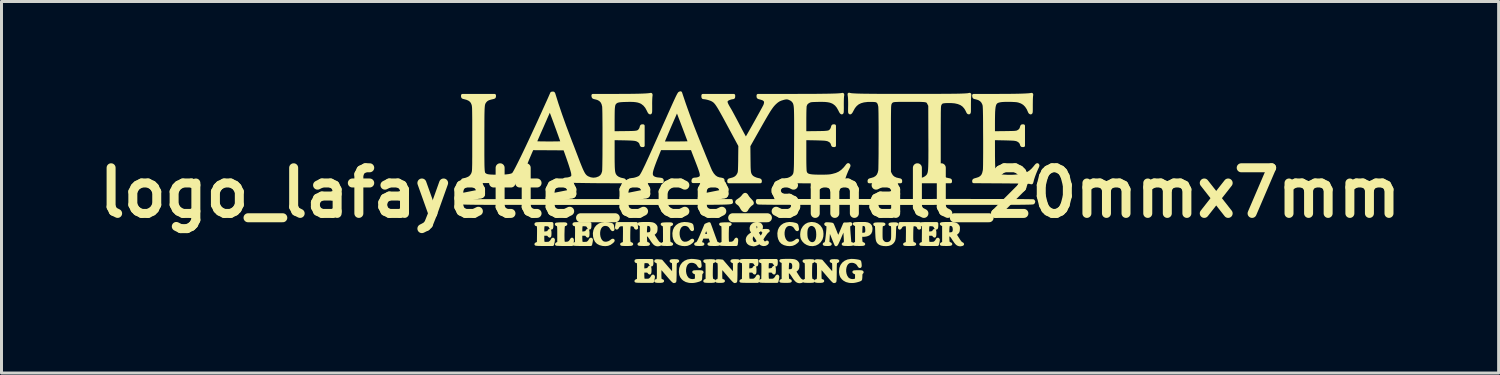
<source format=kicad_pcb>
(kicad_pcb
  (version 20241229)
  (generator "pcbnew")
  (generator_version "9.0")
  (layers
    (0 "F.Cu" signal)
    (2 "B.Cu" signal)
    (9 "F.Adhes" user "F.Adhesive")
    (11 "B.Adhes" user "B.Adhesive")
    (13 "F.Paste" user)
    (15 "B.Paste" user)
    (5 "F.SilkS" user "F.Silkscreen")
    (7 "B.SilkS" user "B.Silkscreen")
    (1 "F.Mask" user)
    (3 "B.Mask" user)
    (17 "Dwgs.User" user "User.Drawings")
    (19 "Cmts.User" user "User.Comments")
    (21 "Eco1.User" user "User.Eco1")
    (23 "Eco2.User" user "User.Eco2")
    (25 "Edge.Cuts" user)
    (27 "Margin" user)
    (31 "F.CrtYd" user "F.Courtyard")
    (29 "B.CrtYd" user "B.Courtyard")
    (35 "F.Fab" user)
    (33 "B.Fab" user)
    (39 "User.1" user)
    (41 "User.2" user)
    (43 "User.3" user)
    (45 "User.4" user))
  (footprint "logo_lafayette_ece_small_20mmx7mm"
    (layer "F.Cu")
    (at 21.996 3.387)
    (property "Reference" "logo_lafayette_ece_small_20mmx7mm" (at 0 0 0) (layer "F.SilkS") (effects (font (size 1.524 1.524) (thickness 0.3))))
    (attr through_hole)
    (fp_poly (pts (xy 0.076 0.339) (xy 0.072 0.362) (xy 0.065 0.368) (xy 0.045 0.378) (xy 0.015 0.402) (xy -0.02 0.436) (xy -0.054 0.475) (xy -0.083 0.513) (xy -0.096 0.535) (xy -0.116 0.571) (xy -0.133 0.59) (xy -0.154 0.596) (xy -0.171 0.597) (xy -0.208 0.59) (xy -0.24 0.566) (xy -0.246 0.558) (xy -0.272 0.521) (xy -0.297 0.477) (xy -0.303 0.465) (xy -0.342 0.407) (xy -0.384 0.37) (xy -0.425 0.341) (xy -0.445 0.317) (xy -0.444 0.296) (xy -0.423 0.272) (xy -0.379 0.241) (xy -0.368 0.234) (xy -0.314 0.194) (xy -0.268 0.152) (xy -0.242 0.122) (xy -0.205 0.075) (xy -0.173 0.053) (xy -0.145 0.055) (xy -0.117 0.08) (xy -0.098 0.111) (xy -0.072 0.151) (xy -0.034 0.198) (xy 0.006 0.241) (xy 0.047 0.286) (xy 0.071 0.321) (xy 0.076 0.339)) (stroke (width 0.1) (type solid)) (fill yes) (layer "F.SilkS"))
    (fp_poly (pts (xy -4.57 1.597) (xy -4.584 1.618) (xy -4.611 1.644) (xy -4.679 1.694) (xy -4.752 1.723) (xy -4.835 1.732) (xy -4.918 1.726) (xy -5.009 1.703) (xy -5.082 1.664) (xy -5.137 1.607) (xy -5.174 1.531) (xy -5.192 1.456) (xy -5.198 1.353) (xy -5.182 1.261) (xy -5.147 1.183) (xy -5.094 1.119) (xy -5.025 1.07) (xy -4.942 1.039) (xy -4.846 1.026) (xy -4.74 1.033) (xy -4.646 1.054) (xy -4.613 1.067) (xy -4.598 1.086) (xy -4.591 1.115) (xy -4.584 1.157) (xy -4.577 1.195) (xy -4.576 1.197) (xy -4.576 1.225) (xy -4.586 1.232) (xy -4.603 1.222) (xy -4.625 1.194) (xy -4.637 1.172) (xy -4.679 1.115) (xy -4.735 1.076) (xy -4.801 1.057) (xy -4.87 1.058) (xy -4.924 1.075) (xy -4.976 1.113) (xy -5.015 1.168) (xy -5.042 1.236) (xy -5.055 1.312) (xy -5.056 1.391) (xy -5.045 1.47) (xy -5.021 1.542) (xy -4.985 1.605) (xy -4.937 1.652) (xy -4.909 1.669) (xy -4.847 1.685) (xy -4.777 1.682) (xy -4.706 1.661) (xy -4.642 1.623) (xy -4.623 1.606) (xy -4.594 1.586) (xy -4.574 1.586) (xy -4.57 1.597)) (stroke (width 0.1) (type solid)) (fill yes) (layer "F.SilkS"))
    (fp_poly (pts (xy -2.619 1.715) (xy -2.635 1.721) (xy -2.675 1.725) (xy -2.74 1.727) (xy -2.775 1.727) (xy -2.835 1.726) (xy -2.885 1.724) (xy -2.919 1.721) (xy -2.934 1.718) (xy -2.934 1.717) (xy -2.923 1.706) (xy -2.897 1.694) (xy -2.896 1.693) (xy -2.857 1.679) (xy -2.857 1.387) (xy -2.858 1.29) (xy -2.858 1.216) (xy -2.86 1.161) (xy -2.864 1.122) (xy -2.87 1.096) (xy -2.878 1.08) (xy -2.89 1.071) (xy -2.906 1.066) (xy -2.912 1.065) (xy -2.931 1.056) (xy -2.934 1.05) (xy -2.922 1.046) (xy -2.889 1.042) (xy -2.841 1.039) (xy -2.782 1.037) (xy -2.775 1.037) (xy -2.704 1.037) (xy -2.653 1.039) (xy -2.625 1.043) (xy -2.62 1.048) (xy -2.635 1.06) (xy -2.651 1.064) (xy -2.671 1.069) (xy -2.686 1.079) (xy -2.697 1.097) (xy -2.705 1.127) (xy -2.71 1.171) (xy -2.713 1.233) (xy -2.715 1.317) (xy -2.715 1.345) (xy -2.717 1.447) (xy -2.716 1.526) (xy -2.713 1.586) (xy -2.708 1.629) (xy -2.699 1.659) (xy -2.687 1.678) (xy -2.671 1.69) (xy -2.657 1.695) (xy -2.626 1.706) (xy -2.619 1.715)) (stroke (width 0.1) (type solid)) (fill yes) (layer "F.SilkS"))
    (fp_poly (pts (xy -1.916 1.597) (xy -1.93 1.618) (xy -1.957 1.644) (xy -2.025 1.694) (xy -2.098 1.723) (xy -2.18 1.732) (xy -2.263 1.726) (xy -2.355 1.703) (xy -2.428 1.664) (xy -2.482 1.607) (xy -2.52 1.531) (xy -2.538 1.456) (xy -2.543 1.353) (xy -2.528 1.261) (xy -2.493 1.183) (xy -2.44 1.119) (xy -2.371 1.07) (xy -2.288 1.039) (xy -2.192 1.026) (xy -2.085 1.033) (xy -1.991 1.054) (xy -1.959 1.067) (xy -1.943 1.086) (xy -1.936 1.115) (xy -1.929 1.157) (xy -1.923 1.195) (xy -1.922 1.197) (xy -1.922 1.225) (xy -1.932 1.232) (xy -1.949 1.222) (xy -1.971 1.194) (xy -1.983 1.172) (xy -2.025 1.115) (xy -2.081 1.076) (xy -2.147 1.057) (xy -2.216 1.058) (xy -2.27 1.075) (xy -2.322 1.113) (xy -2.361 1.168) (xy -2.387 1.236) (xy -2.401 1.312) (xy -2.402 1.391) (xy -2.391 1.47) (xy -2.367 1.542) (xy -2.331 1.605) (xy -2.283 1.652) (xy -2.255 1.669) (xy -2.192 1.685) (xy -2.122 1.682) (xy -2.052 1.661) (xy -1.988 1.623) (xy -1.968 1.606) (xy -1.94 1.586) (xy -1.92 1.586) (xy -1.916 1.597)) (stroke (width 0.1) (type solid)) (fill yes) (layer "F.SilkS"))
    (fp_poly (pts (xy -1.196 2.947) (xy -1.212 2.953) (xy -1.253 2.957) (xy -1.318 2.959) (xy -1.353 2.959) (xy -1.413 2.958) (xy -1.462 2.956) (xy -1.497 2.953) (xy -1.511 2.95) (xy -1.511 2.949) (xy -1.501 2.938) (xy -1.475 2.926) (xy -1.473 2.925) (xy -1.435 2.911) (xy -1.435 2.619) (xy -1.435 2.522) (xy -1.436 2.448) (xy -1.438 2.392) (xy -1.442 2.353) (xy -1.447 2.328) (xy -1.456 2.312) (xy -1.468 2.303) (xy -1.483 2.298) (xy -1.49 2.297) (xy -1.509 2.288) (xy -1.512 2.282) (xy -1.5 2.278) (xy -1.467 2.274) (xy -1.419 2.271) (xy -1.359 2.269) (xy -1.353 2.269) (xy -1.281 2.269) (xy -1.231 2.271) (xy -1.203 2.275) (xy -1.198 2.28) (xy -1.212 2.292) (xy -1.229 2.296) (xy -1.249 2.301) (xy -1.264 2.311) (xy -1.275 2.329) (xy -1.282 2.358) (xy -1.287 2.403) (xy -1.29 2.465) (xy -1.292 2.548) (xy -1.293 2.577) (xy -1.294 2.678) (xy -1.294 2.758) (xy -1.291 2.818) (xy -1.286 2.861) (xy -1.277 2.891) (xy -1.265 2.91) (xy -1.248 2.922) (xy -1.235 2.927) (xy -1.204 2.938) (xy -1.196 2.947)) (stroke (width 0.1) (type solid)) (fill yes) (layer "F.SilkS"))
    (fp_poly (pts (xy 1.589 1.597) (xy 1.575 1.618) (xy 1.549 1.644) (xy 1.481 1.694) (xy 1.408 1.723) (xy 1.325 1.732) (xy 1.242 1.726) (xy 1.15 1.703) (xy 1.078 1.664) (xy 1.023 1.607) (xy 0.986 1.531) (xy 0.968 1.456) (xy 0.962 1.353) (xy 0.977 1.261) (xy 1.012 1.183) (xy 1.065 1.119) (xy 1.134 1.07) (xy 1.218 1.039) (xy 1.313 1.026) (xy 1.42 1.033) (xy 1.514 1.054) (xy 1.546 1.067) (xy 1.562 1.086) (xy 1.569 1.115) (xy 1.576 1.157) (xy 1.583 1.195) (xy 1.583 1.197) (xy 1.584 1.225) (xy 1.574 1.232) (xy 1.556 1.222) (xy 1.535 1.194) (xy 1.522 1.172) (xy 1.48 1.115) (xy 1.424 1.076) (xy 1.358 1.057) (xy 1.289 1.058) (xy 1.235 1.075) (xy 1.183 1.113) (xy 1.144 1.168) (xy 1.118 1.236) (xy 1.104 1.312) (xy 1.103 1.391) (xy 1.114 1.47) (xy 1.138 1.542) (xy 1.174 1.605) (xy 1.222 1.652) (xy 1.25 1.669) (xy 1.313 1.685) (xy 1.383 1.682) (xy 1.453 1.661) (xy 1.517 1.623) (xy 1.537 1.606) (xy 1.565 1.586) (xy 1.585 1.586) (xy 1.589 1.597)) (stroke (width 0.1) (type solid)) (fill yes) (layer "F.SilkS"))
    (fp_poly (pts (xy 2.118 2.947) (xy 2.102 2.953) (xy 2.062 2.957) (xy 1.997 2.959) (xy 1.962 2.959) (xy 1.902 2.958) (xy 1.852 2.956) (xy 1.818 2.953) (xy 1.804 2.95) (xy 1.803 2.949) (xy 1.814 2.938) (xy 1.84 2.926) (xy 1.841 2.925) (xy 1.88 2.911) (xy 1.88 2.619) (xy 1.879 2.522) (xy 1.879 2.448) (xy 1.877 2.392) (xy 1.873 2.353) (xy 1.867 2.328) (xy 1.859 2.312) (xy 1.847 2.303) (xy 1.831 2.298) (xy 1.825 2.297) (xy 1.806 2.288) (xy 1.803 2.282) (xy 1.815 2.278) (xy 1.848 2.274) (xy 1.896 2.271) (xy 1.955 2.269) (xy 1.962 2.269) (xy 2.033 2.269) (xy 2.084 2.271) (xy 2.112 2.275) (xy 2.117 2.28) (xy 2.102 2.292) (xy 2.086 2.296) (xy 2.066 2.301) (xy 2.051 2.311) (xy 2.04 2.329) (xy 2.033 2.358) (xy 2.027 2.403) (xy 2.024 2.465) (xy 2.022 2.548) (xy 2.022 2.577) (xy 2.021 2.678) (xy 2.021 2.758) (xy 2.024 2.818) (xy 2.029 2.861) (xy 2.038 2.891) (xy 2.05 2.91) (xy 2.066 2.922) (xy 2.08 2.927) (xy 2.111 2.938) (xy 2.118 2.947)) (stroke (width 0.1) (type solid)) (fill yes) (layer "F.SilkS"))
    (fp_poly (pts (xy 2.402 1.368) (xy 2.397 1.454) (xy 2.375 1.532) (xy 2.37 1.543) (xy 2.322 1.618) (xy 2.261 1.673) (xy 2.261 1.397) (xy 2.255 1.296) (xy 2.238 1.215) (xy 2.208 1.151) (xy 2.179 1.114) (xy 2.125 1.074) (xy 2.068 1.057) (xy 2.011 1.061) (xy 1.959 1.087) (xy 1.915 1.131) (xy 1.884 1.193) (xy 1.879 1.21) (xy 1.868 1.271) (xy 1.864 1.345) (xy 1.866 1.422) (xy 1.874 1.491) (xy 1.884 1.532) (xy 1.916 1.6) (xy 1.959 1.652) (xy 2.01 1.686) (xy 2.065 1.701) (xy 2.12 1.695) (xy 2.172 1.667) (xy 2.177 1.663) (xy 2.216 1.617) (xy 2.242 1.556) (xy 2.257 1.478) (xy 2.261 1.397) (xy 2.261 1.673) (xy 2.258 1.676) (xy 2.18 1.715) (xy 2.094 1.732) (xy 2.001 1.727) (xy 1.998 1.726) (xy 1.914 1.698) (xy 1.839 1.651) (xy 1.779 1.587) (xy 1.743 1.525) (xy 1.728 1.464) (xy 1.724 1.391) (xy 1.731 1.315) (xy 1.748 1.247) (xy 1.755 1.23) (xy 1.805 1.147) (xy 1.869 1.085) (xy 1.945 1.045) (xy 2.034 1.027) (xy 2.065 1.026) (xy 2.159 1.038) (xy 2.241 1.072) (xy 2.31 1.126) (xy 2.363 1.2) (xy 2.368 1.209) (xy 2.393 1.283) (xy 2.402 1.368)) (stroke (width 0.1) (type solid)) (fill yes) (layer "F.SilkS"))
    (fp_poly (pts (xy -5.932 1.593) (xy -5.937 1.65) (xy -5.939 1.668) (xy -5.947 1.727) (xy -6.206 1.727) (xy -6.284 1.727) (xy -6.352 1.725) (xy -6.407 1.723) (xy -6.446 1.721) (xy -6.464 1.718) (xy -6.464 1.717) (xy -6.454 1.706) (xy -6.428 1.694) (xy -6.426 1.693) (xy -6.388 1.679) (xy -6.388 1.387) (xy -6.388 1.29) (xy -6.389 1.216) (xy -6.391 1.161) (xy -6.395 1.122) (xy -6.4 1.096) (xy -6.409 1.08) (xy -6.421 1.071) (xy -6.436 1.066) (xy -6.443 1.065) (xy -6.463 1.056) (xy -6.468 1.05) (xy -6.457 1.046) (xy -6.426 1.043) (xy -6.378 1.039) (xy -6.319 1.037) (xy -6.308 1.037) (xy -6.233 1.036) (xy -6.182 1.038) (xy -6.156 1.042) (xy -6.151 1.047) (xy -6.165 1.06) (xy -6.182 1.064) (xy -6.202 1.069) (xy -6.217 1.079) (xy -6.228 1.097) (xy -6.235 1.127) (xy -6.24 1.171) (xy -6.243 1.233) (xy -6.245 1.317) (xy -6.246 1.345) (xy -6.247 1.424) (xy -6.246 1.497) (xy -6.245 1.56) (xy -6.242 1.607) (xy -6.239 1.632) (xy -6.232 1.662) (xy -6.221 1.677) (xy -6.199 1.684) (xy -6.163 1.687) (xy -6.09 1.683) (xy -6.034 1.66) (xy -5.993 1.619) (xy -5.982 1.601) (xy -5.96 1.563) (xy -5.944 1.549) (xy -5.934 1.559) (xy -5.932 1.593)) (stroke (width 0.1) (type solid)) (fill yes) (layer "F.SilkS"))
    (fp_poly (pts (xy -0.446 1.593) (xy -0.45 1.65) (xy -0.453 1.668) (xy -0.461 1.727) (xy -0.719 1.727) (xy -0.797 1.727) (xy -0.866 1.725) (xy -0.921 1.723) (xy -0.959 1.721) (xy -0.977 1.718) (xy -0.978 1.717) (xy -0.967 1.706) (xy -0.942 1.694) (xy -0.94 1.693) (xy -0.902 1.679) (xy -0.902 1.387) (xy -0.902 1.29) (xy -0.903 1.216) (xy -0.905 1.161) (xy -0.908 1.122) (xy -0.914 1.096) (xy -0.923 1.08) (xy -0.934 1.071) (xy -0.95 1.066) (xy -0.956 1.065) (xy -0.977 1.056) (xy -0.982 1.05) (xy -0.971 1.046) (xy -0.939 1.043) (xy -0.891 1.039) (xy -0.832 1.037) (xy -0.822 1.037) (xy -0.747 1.036) (xy -0.696 1.038) (xy -0.669 1.042) (xy -0.664 1.047) (xy -0.679 1.06) (xy -0.695 1.064) (xy -0.715 1.069) (xy -0.73 1.079) (xy -0.741 1.097) (xy -0.749 1.127) (xy -0.754 1.171) (xy -0.757 1.233) (xy -0.759 1.317) (xy -0.76 1.345) (xy -0.76 1.424) (xy -0.76 1.497) (xy -0.758 1.56) (xy -0.756 1.607) (xy -0.753 1.632) (xy -0.745 1.662) (xy -0.734 1.677) (xy -0.712 1.684) (xy -0.677 1.687) (xy -0.604 1.683) (xy -0.547 1.66) (xy -0.506 1.619) (xy -0.496 1.601) (xy -0.473 1.563) (xy -0.457 1.549) (xy -0.448 1.559) (xy -0.446 1.593)) (stroke (width 0.1) (type solid)) (fill yes) (layer "F.SilkS"))
    (fp_poly (pts (xy -3.788 1.175) (xy -3.802 1.181) (xy -3.82 1.172) (xy -3.823 1.163) (xy -3.83 1.141) (xy -3.849 1.113) (xy -3.852 1.11) (xy -3.88 1.086) (xy -3.917 1.074) (xy -3.945 1.07) (xy -3.977 1.068) (xy -4.001 1.07) (xy -4.019 1.079) (xy -4.031 1.099) (xy -4.039 1.132) (xy -4.044 1.182) (xy -4.047 1.25) (xy -4.049 1.341) (xy -4.049 1.345) (xy -4.05 1.447) (xy -4.05 1.526) (xy -4.047 1.586) (xy -4.042 1.629) (xy -4.033 1.659) (xy -4.021 1.678) (xy -4.004 1.69) (xy -3.991 1.695) (xy -3.96 1.706) (xy -3.952 1.714) (xy -3.967 1.721) (xy -4.006 1.725) (xy -4.069 1.727) (xy -4.123 1.727) (xy -4.185 1.727) (xy -4.236 1.725) (xy -4.272 1.722) (xy -4.288 1.719) (xy -4.288 1.718) (xy -4.27 1.708) (xy -4.24 1.697) (xy -4.238 1.696) (xy -4.197 1.683) (xy -4.194 1.392) (xy -4.193 1.286) (xy -4.194 1.203) (xy -4.196 1.143) (xy -4.199 1.104) (xy -4.204 1.085) (xy -4.205 1.084) (xy -4.229 1.072) (xy -4.267 1.067) (xy -4.312 1.07) (xy -4.354 1.079) (xy -4.368 1.085) (xy -4.398 1.111) (xy -4.419 1.142) (xy -4.434 1.169) (xy -4.449 1.181) (xy -4.45 1.181) (xy -4.458 1.174) (xy -4.459 1.151) (xy -4.453 1.108) (xy -4.453 1.105) (xy -4.44 1.029) (xy -4.119 1.029) (xy -3.797 1.029) (xy -3.797 1.076) (xy -3.795 1.116) (xy -3.79 1.15) (xy -3.789 1.153) (xy -3.788 1.175)) (stroke (width 0.1) (type solid)) (fill yes) (layer "F.SilkS"))
    (fp_poly (pts (xy 5.661 1.175) (xy 5.647 1.181) (xy 5.629 1.172) (xy 5.626 1.163) (xy 5.618 1.141) (xy 5.599 1.113) (xy 5.597 1.11) (xy 5.569 1.086) (xy 5.531 1.074) (xy 5.504 1.07) (xy 5.472 1.068) (xy 5.448 1.07) (xy 5.43 1.079) (xy 5.417 1.099) (xy 5.409 1.132) (xy 5.405 1.182) (xy 5.402 1.25) (xy 5.4 1.341) (xy 5.4 1.345) (xy 5.399 1.447) (xy 5.399 1.526) (xy 5.402 1.586) (xy 5.407 1.629) (xy 5.416 1.659) (xy 5.428 1.678) (xy 5.445 1.69) (xy 5.458 1.695) (xy 5.489 1.706) (xy 5.497 1.714) (xy 5.482 1.721) (xy 5.443 1.725) (xy 5.38 1.727) (xy 5.326 1.727) (xy 5.263 1.727) (xy 5.212 1.725) (xy 5.177 1.722) (xy 5.161 1.719) (xy 5.161 1.718) (xy 5.179 1.708) (xy 5.209 1.697) (xy 5.211 1.696) (xy 5.251 1.683) (xy 5.255 1.392) (xy 5.256 1.286) (xy 5.255 1.203) (xy 5.253 1.143) (xy 5.25 1.104) (xy 5.245 1.085) (xy 5.244 1.084) (xy 5.22 1.072) (xy 5.181 1.067) (xy 5.137 1.07) (xy 5.095 1.079) (xy 5.081 1.085) (xy 5.05 1.111) (xy 5.029 1.142) (xy 5.014 1.169) (xy 4.999 1.181) (xy 4.998 1.181) (xy 4.991 1.174) (xy 4.99 1.151) (xy 4.996 1.108) (xy 4.996 1.105) (xy 5.009 1.029) (xy 5.33 1.029) (xy 5.652 1.029) (xy 5.652 1.076) (xy 5.654 1.116) (xy 5.659 1.15) (xy 5.66 1.153) (xy 5.661 1.175)) (stroke (width 0.1) (type solid)) (fill yes) (layer "F.SilkS"))
    (fp_poly (pts (xy 4.039 1.203) (xy 4.03 1.28) (xy 4.004 1.339) (xy 3.959 1.381) (xy 3.895 1.407) (xy 3.832 1.418) (xy 3.786 1.421) (xy 3.76 1.42) (xy 3.747 1.412) (xy 3.743 1.405) (xy 3.742 1.392) (xy 3.756 1.386) (xy 3.79 1.384) (xy 3.79 1.384) (xy 3.83 1.381) (xy 3.857 1.368) (xy 3.874 1.349) (xy 3.888 1.328) (xy 3.896 1.304) (xy 3.898 1.27) (xy 3.897 1.218) (xy 3.897 1.216) (xy 3.89 1.151) (xy 3.876 1.106) (xy 3.851 1.078) (xy 3.812 1.062) (xy 3.789 1.058) (xy 3.762 1.056) (xy 3.74 1.058) (xy 3.725 1.069) (xy 3.714 1.09) (xy 3.707 1.126) (xy 3.703 1.178) (xy 3.7 1.25) (xy 3.698 1.339) (xy 3.697 1.441) (xy 3.697 1.521) (xy 3.7 1.582) (xy 3.705 1.626) (xy 3.713 1.657) (xy 3.725 1.677) (xy 3.741 1.689) (xy 3.756 1.695) (xy 3.787 1.706) (xy 3.795 1.715) (xy 3.779 1.721) (xy 3.738 1.725) (xy 3.673 1.727) (xy 3.639 1.727) (xy 3.578 1.726) (xy 3.529 1.724) (xy 3.494 1.721) (xy 3.48 1.718) (xy 3.48 1.717) (xy 3.49 1.706) (xy 3.516 1.694) (xy 3.518 1.693) (xy 3.556 1.679) (xy 3.556 1.378) (xy 3.556 1.077) (xy 3.518 1.063) (xy 3.492 1.05) (xy 3.48 1.039) (xy 3.48 1.039) (xy 3.492 1.035) (xy 3.524 1.031) (xy 3.572 1.028) (xy 3.63 1.026) (xy 3.693 1.025) (xy 3.757 1.025) (xy 3.815 1.026) (xy 3.847 1.027) (xy 3.924 1.039) (xy 3.981 1.067) (xy 4.019 1.11) (xy 4.037 1.17) (xy 4.039 1.203)) (stroke (width 0.1) (type solid)) (fill yes) (layer "F.SilkS"))
    (fp_poly (pts (xy -1.603 2.656) (xy -1.617 2.67) (xy -1.622 2.674) (xy -1.635 2.689) (xy -1.642 2.715) (xy -1.645 2.758) (xy -1.646 2.785) (xy -1.648 2.833) (xy -1.651 2.871) (xy -1.656 2.893) (xy -1.656 2.894) (xy -1.674 2.905) (xy -1.71 2.92) (xy -1.758 2.934) (xy -1.811 2.948) (xy -1.863 2.958) (xy -1.899 2.962) (xy -1.95 2.964) (xy -2.008 2.961) (xy -2.035 2.958) (xy -2.127 2.934) (xy -2.204 2.891) (xy -2.244 2.855) (xy -2.287 2.799) (xy -2.314 2.735) (xy -2.325 2.657) (xy -2.326 2.619) (xy -2.315 2.521) (xy -2.282 2.436) (xy -2.23 2.366) (xy -2.161 2.312) (xy -2.076 2.275) (xy -1.977 2.259) (xy -1.953 2.258) (xy -1.902 2.26) (xy -1.845 2.265) (xy -1.788 2.272) (xy -1.739 2.281) (xy -1.703 2.29) (xy -1.687 2.297) (xy -1.682 2.313) (xy -1.676 2.347) (xy -1.671 2.384) (xy -1.667 2.429) (xy -1.669 2.453) (xy -1.676 2.463) (xy -1.681 2.464) (xy -1.697 2.453) (xy -1.714 2.427) (xy -1.715 2.426) (xy -1.75 2.371) (xy -1.803 2.328) (xy -1.868 2.299) (xy -1.938 2.287) (xy -2.008 2.294) (xy -2.057 2.311) (xy -2.109 2.351) (xy -2.148 2.409) (xy -2.174 2.479) (xy -2.187 2.557) (xy -2.187 2.638) (xy -2.173 2.718) (xy -2.145 2.792) (xy -2.103 2.856) (xy -2.086 2.874) (xy -2.033 2.909) (xy -1.968 2.929) (xy -1.901 2.933) (xy -1.839 2.919) (xy -1.828 2.914) (xy -1.81 2.904) (xy -1.798 2.891) (xy -1.793 2.87) (xy -1.791 2.836) (xy -1.791 2.793) (xy -1.791 2.691) (xy -1.835 2.673) (xy -1.864 2.658) (xy -1.879 2.647) (xy -1.88 2.645) (xy -1.868 2.641) (xy -1.836 2.638) (xy -1.788 2.636) (xy -1.74 2.635) (xy -1.673 2.636) (xy -1.629 2.639) (xy -1.607 2.646) (xy -1.603 2.656)) (stroke (width 0.1) (type solid)) (fill yes) (layer "F.SilkS"))
    (fp_poly (pts (xy 3.743 2.656) (xy 3.73 2.67) (xy 3.724 2.674) (xy 3.712 2.689) (xy 3.705 2.715) (xy 3.701 2.758) (xy 3.701 2.785) (xy 3.699 2.833) (xy 3.695 2.871) (xy 3.691 2.893) (xy 3.69 2.894) (xy 3.673 2.905) (xy 3.637 2.92) (xy 3.589 2.934) (xy 3.536 2.948) (xy 3.484 2.958) (xy 3.448 2.962) (xy 3.397 2.964) (xy 3.339 2.961) (xy 3.312 2.958) (xy 3.22 2.934) (xy 3.143 2.891) (xy 3.103 2.855) (xy 3.059 2.799) (xy 3.033 2.735) (xy 3.021 2.657) (xy 3.021 2.619) (xy 3.032 2.521) (xy 3.065 2.436) (xy 3.117 2.366) (xy 3.186 2.312) (xy 3.271 2.275) (xy 3.369 2.259) (xy 3.394 2.258) (xy 3.445 2.26) (xy 3.502 2.265) (xy 3.558 2.272) (xy 3.608 2.281) (xy 3.644 2.29) (xy 3.659 2.297) (xy 3.665 2.313) (xy 3.671 2.347) (xy 3.676 2.384) (xy 3.679 2.429) (xy 3.678 2.453) (xy 3.671 2.463) (xy 3.666 2.464) (xy 3.649 2.453) (xy 3.633 2.427) (xy 3.632 2.426) (xy 3.596 2.371) (xy 3.543 2.328) (xy 3.479 2.299) (xy 3.409 2.287) (xy 3.338 2.294) (xy 3.289 2.311) (xy 3.238 2.351) (xy 3.199 2.409) (xy 3.173 2.479) (xy 3.16 2.557) (xy 3.16 2.638) (xy 3.174 2.718) (xy 3.202 2.792) (xy 3.243 2.856) (xy 3.261 2.874) (xy 3.314 2.909) (xy 3.379 2.929) (xy 3.446 2.933) (xy 3.507 2.919) (xy 3.519 2.914) (xy 3.537 2.904) (xy 3.548 2.891) (xy 3.554 2.87) (xy 3.556 2.836) (xy 3.556 2.793) (xy 3.556 2.691) (xy 3.512 2.673) (xy 3.483 2.658) (xy 3.468 2.647) (xy 3.467 2.645) (xy 3.479 2.641) (xy 3.511 2.638) (xy 3.558 2.636) (xy 3.607 2.635) (xy 3.674 2.636) (xy 3.717 2.639) (xy 3.74 2.646) (xy 3.743 2.656)) (stroke (width 0.1) (type solid)) (fill yes) (layer "F.SilkS"))
    (fp_poly (pts (xy 9.473 0.294) (xy 9.464 0.324) (xy 9.454 0.336) (xy 9.451 0.337) (xy 9.444 0.339) (xy 9.432 0.341) (xy 9.416 0.342) (xy 9.394 0.343) (xy 9.364 0.345) (xy 9.328 0.346) (xy 9.283 0.347) (xy 9.23 0.348) (xy 9.166 0.349) (xy 9.092 0.35) (xy 9.007 0.351) (xy 8.91 0.351) (xy 8.8 0.352) (xy 8.677 0.353) (xy 8.539 0.353) (xy 8.387 0.353) (xy 8.218 0.354) (xy 8.033 0.354) (xy 7.831 0.355) (xy 7.61 0.355) (xy 7.371 0.355) (xy 7.112 0.355) (xy 6.833 0.355) (xy 6.532 0.355) (xy 6.21 0.355) (xy 5.865 0.356) (xy 5.497 0.356) (xy 5.104 0.356) (xy 4.859 0.356) (xy 4.443 0.356) (xy 4.052 0.356) (xy 3.685 0.355) (xy 3.341 0.355) (xy 3.02 0.355) (xy 2.721 0.355) (xy 2.442 0.355) (xy 2.185 0.355) (xy 1.947 0.354) (xy 1.728 0.354) (xy 1.528 0.353) (xy 1.346 0.353) (xy 1.18 0.352) (xy 1.031 0.352) (xy 0.898 0.351) (xy 0.779 0.351) (xy 0.675 0.35) (xy 0.584 0.349) (xy 0.506 0.348) (xy 0.44 0.347) (xy 0.386 0.346) (xy 0.343 0.345) (xy 0.309 0.344) (xy 0.285 0.342) (xy 0.27 0.341) (xy 0.262 0.339) (xy 0.262 0.339) (xy 0.244 0.312) (xy 0.243 0.291) (xy 0.248 0.26) (xy 4.844 0.257) (xy 5.28 0.257) (xy 5.69 0.257) (xy 6.077 0.257) (xy 6.44 0.256) (xy 6.779 0.256) (xy 7.095 0.256) (xy 7.389 0.257) (xy 7.661 0.257) (xy 7.912 0.257) (xy 8.142 0.257) (xy 8.351 0.258) (xy 8.541 0.258) (xy 8.711 0.259) (xy 8.862 0.259) (xy 8.995 0.26) (xy 9.11 0.261) (xy 9.208 0.262) (xy 9.288 0.263) (xy 9.353 0.264) (xy 9.401 0.265) (xy 9.435 0.266) (xy 9.453 0.267) (xy 9.457 0.268) (xy 9.473 0.294)) (stroke (width 0.1) (type solid)) (fill yes) (layer "F.SilkS"))
    (fp_poly (pts (xy -1.04 1.713) (xy -1.056 1.719) (xy -1.094 1.724) (xy -1.151 1.727) (xy -1.206 1.727) (xy -1.277 1.726) (xy -1.33 1.724) (xy -1.362 1.719) (xy -1.372 1.714) (xy -1.361 1.705) (xy -1.343 1.702) (xy -1.311 1.699) (xy -1.293 1.688) (xy -1.288 1.666) (xy -1.295 1.627) (xy -1.309 1.579) (xy -1.341 1.48) (xy -1.372 1.48) (xy -1.372 1.412) (xy -1.376 1.394) (xy -1.386 1.358) (xy -1.401 1.313) (xy -1.418 1.265) (xy -1.435 1.22) (xy -1.449 1.185) (xy -1.458 1.166) (xy -1.458 1.165) (xy -1.466 1.173) (xy -1.48 1.198) (xy -1.499 1.235) (xy -1.518 1.28) (xy -1.536 1.325) (xy -1.551 1.366) (xy -1.561 1.396) (xy -1.562 1.407) (xy -1.552 1.416) (xy -1.522 1.421) (xy -1.469 1.422) (xy -1.467 1.422) (xy -1.421 1.421) (xy -1.388 1.418) (xy -1.372 1.413) (xy -1.372 1.412) (xy -1.372 1.48) (xy -1.467 1.48) (xy -1.593 1.48) (xy -1.63 1.574) (xy -1.647 1.622) (xy -1.656 1.651) (xy -1.657 1.668) (xy -1.651 1.679) (xy -1.643 1.685) (xy -1.614 1.699) (xy -1.598 1.702) (xy -1.578 1.708) (xy -1.575 1.714) (xy -1.587 1.72) (xy -1.62 1.725) (xy -1.671 1.727) (xy -1.695 1.727) (xy -1.752 1.726) (xy -1.793 1.722) (xy -1.814 1.717) (xy -1.816 1.714) (xy -1.806 1.703) (xy -1.799 1.702) (xy -1.78 1.698) (xy -1.761 1.687) (xy -1.742 1.664) (xy -1.719 1.628) (xy -1.693 1.577) (xy -1.661 1.508) (xy -1.622 1.419) (xy -1.6 1.366) (xy -1.48 1.078) (xy -1.424 1.053) (xy -1.39 1.04) (xy -1.368 1.033) (xy -1.363 1.033) (xy -1.358 1.045) (xy -1.345 1.079) (xy -1.327 1.129) (xy -1.303 1.194) (xy -1.276 1.27) (xy -1.251 1.338) (xy -1.221 1.422) (xy -1.193 1.499) (xy -1.168 1.565) (xy -1.149 1.618) (xy -1.135 1.652) (xy -1.13 1.665) (xy -1.108 1.686) (xy -1.079 1.697) (xy -1.048 1.706) (xy -1.04 1.713)) (stroke (width 0.1) (type solid)) (fill yes) (layer "F.SilkS"))
    (fp_poly (pts (xy -3.001 1.719) (xy -3.022 1.729) (xy -3.037 1.732) (xy -3.075 1.738) (xy -3.104 1.737) (xy -3.133 1.729) (xy -3.165 1.714) (xy -3.199 1.685) (xy -3.237 1.64) (xy -3.277 1.583) (xy -3.277 1.219) (xy -3.285 1.149) (xy -3.31 1.098) (xy -3.351 1.066) (xy -3.408 1.054) (xy -3.414 1.054) (xy -3.442 1.057) (xy -3.462 1.07) (xy -3.476 1.095) (xy -3.484 1.136) (xy -3.489 1.198) (xy -3.491 1.234) (xy -3.495 1.372) (xy -3.431 1.372) (xy -3.387 1.369) (xy -3.348 1.362) (xy -3.336 1.357) (xy -3.302 1.33) (xy -3.283 1.285) (xy -3.277 1.219) (xy -3.277 1.583) (xy -3.282 1.575) (xy -3.296 1.553) (xy -3.335 1.494) (xy -3.364 1.454) (xy -3.387 1.429) (xy -3.409 1.416) (xy -3.433 1.41) (xy -3.45 1.41) (xy -3.493 1.41) (xy -3.491 1.508) (xy -3.489 1.578) (xy -3.484 1.628) (xy -3.476 1.66) (xy -3.462 1.68) (xy -3.442 1.692) (xy -3.432 1.695) (xy -3.401 1.706) (xy -3.393 1.715) (xy -3.409 1.721) (xy -3.45 1.725) (xy -3.515 1.727) (xy -3.55 1.727) (xy -3.61 1.726) (xy -3.659 1.724) (xy -3.694 1.721) (xy -3.708 1.718) (xy -3.708 1.717) (xy -3.698 1.706) (xy -3.672 1.694) (xy -3.67 1.693) (xy -3.632 1.679) (xy -3.632 1.378) (xy -3.632 1.077) (xy -3.67 1.063) (xy -3.697 1.05) (xy -3.708 1.039) (xy -3.708 1.039) (xy -3.697 1.035) (xy -3.664 1.031) (xy -3.616 1.028) (xy -3.559 1.026) (xy -3.456 1.025) (xy -3.375 1.026) (xy -3.312 1.03) (xy -3.264 1.037) (xy -3.228 1.049) (xy -3.199 1.065) (xy -3.176 1.087) (xy -3.168 1.096) (xy -3.149 1.12) (xy -3.14 1.144) (xy -3.138 1.176) (xy -3.139 1.217) (xy -3.144 1.263) (xy -3.151 1.293) (xy -3.167 1.317) (xy -3.194 1.344) (xy -3.198 1.347) (xy -3.251 1.394) (xy -3.16 1.537) (xy -3.116 1.604) (xy -3.082 1.651) (xy -3.055 1.68) (xy -3.033 1.694) (xy -3.004 1.708) (xy -3.001 1.719)) (stroke (width 0.1) (type solid)) (fill yes) (layer "F.SilkS"))
    (fp_poly (pts (xy 1.736 2.951) (xy 1.715 2.961) (xy 1.7 2.964) (xy 1.662 2.97) (xy 1.633 2.968) (xy 1.604 2.961) (xy 1.572 2.946) (xy 1.538 2.917) (xy 1.5 2.872) (xy 1.46 2.815) (xy 1.46 2.451) (xy 1.452 2.381) (xy 1.427 2.33) (xy 1.386 2.298) (xy 1.329 2.286) (xy 1.323 2.286) (xy 1.295 2.289) (xy 1.275 2.302) (xy 1.261 2.327) (xy 1.253 2.368) (xy 1.248 2.43) (xy 1.247 2.466) (xy 1.242 2.603) (xy 1.306 2.603) (xy 1.35 2.601) (xy 1.389 2.594) (xy 1.401 2.589) (xy 1.435 2.562) (xy 1.454 2.517) (xy 1.46 2.451) (xy 1.46 2.815) (xy 1.455 2.807) (xy 1.441 2.785) (xy 1.402 2.726) (xy 1.373 2.686) (xy 1.35 2.661) (xy 1.328 2.648) (xy 1.304 2.642) (xy 1.287 2.642) (xy 1.245 2.642) (xy 1.246 2.74) (xy 1.248 2.81) (xy 1.253 2.859) (xy 1.261 2.892) (xy 1.275 2.912) (xy 1.295 2.924) (xy 1.305 2.927) (xy 1.336 2.938) (xy 1.344 2.947) (xy 1.328 2.953) (xy 1.287 2.957) (xy 1.222 2.959) (xy 1.187 2.959) (xy 1.127 2.958) (xy 1.078 2.956) (xy 1.043 2.953) (xy 1.029 2.95) (xy 1.029 2.949) (xy 1.039 2.938) (xy 1.065 2.926) (xy 1.067 2.925) (xy 1.105 2.911) (xy 1.105 2.61) (xy 1.105 2.309) (xy 1.067 2.295) (xy 1.041 2.282) (xy 1.029 2.271) (xy 1.029 2.271) (xy 1.041 2.266) (xy 1.073 2.263) (xy 1.121 2.26) (xy 1.178 2.258) (xy 1.281 2.257) (xy 1.362 2.258) (xy 1.425 2.262) (xy 1.473 2.269) (xy 1.509 2.281) (xy 1.538 2.297) (xy 1.561 2.318) (xy 1.569 2.327) (xy 1.588 2.352) (xy 1.597 2.376) (xy 1.599 2.408) (xy 1.598 2.449) (xy 1.594 2.495) (xy 1.586 2.525) (xy 1.57 2.549) (xy 1.543 2.576) (xy 1.539 2.578) (xy 1.486 2.625) (xy 1.577 2.769) (xy 1.621 2.836) (xy 1.656 2.883) (xy 1.683 2.912) (xy 1.704 2.926) (xy 1.733 2.94) (xy 1.736 2.951)) (stroke (width 0.1) (type solid)) (fill yes) (layer "F.SilkS"))
    (fp_poly (pts (xy 7.096 1.719) (xy 7.074 1.729) (xy 7.06 1.732) (xy 7.022 1.738) (xy 6.993 1.737) (xy 6.964 1.729) (xy 6.931 1.714) (xy 6.897 1.685) (xy 6.859 1.64) (xy 6.82 1.583) (xy 6.82 1.219) (xy 6.811 1.149) (xy 6.786 1.098) (xy 6.745 1.066) (xy 6.689 1.054) (xy 6.682 1.054) (xy 6.654 1.057) (xy 6.634 1.07) (xy 6.621 1.095) (xy 6.612 1.136) (xy 6.607 1.198) (xy 6.606 1.234) (xy 6.601 1.372) (xy 6.665 1.372) (xy 6.71 1.369) (xy 6.748 1.362) (xy 6.761 1.357) (xy 6.794 1.33) (xy 6.814 1.285) (xy 6.82 1.219) (xy 6.82 1.583) (xy 6.814 1.575) (xy 6.8 1.553) (xy 6.762 1.494) (xy 6.733 1.454) (xy 6.709 1.429) (xy 6.687 1.416) (xy 6.664 1.41) (xy 6.646 1.41) (xy 6.604 1.41) (xy 6.606 1.508) (xy 6.608 1.578) (xy 6.612 1.628) (xy 6.621 1.66) (xy 6.634 1.68) (xy 6.655 1.692) (xy 6.664 1.695) (xy 6.695 1.706) (xy 6.703 1.715) (xy 6.687 1.721) (xy 6.647 1.725) (xy 6.582 1.727) (xy 6.547 1.727) (xy 6.487 1.726) (xy 6.437 1.724) (xy 6.403 1.721) (xy 6.388 1.718) (xy 6.388 1.717) (xy 6.399 1.706) (xy 6.424 1.694) (xy 6.426 1.693) (xy 6.464 1.679) (xy 6.464 1.378) (xy 6.464 1.077) (xy 6.426 1.063) (xy 6.4 1.05) (xy 6.388 1.039) (xy 6.388 1.039) (xy 6.4 1.035) (xy 6.432 1.031) (xy 6.48 1.028) (xy 6.537 1.026) (xy 6.64 1.025) (xy 6.722 1.026) (xy 6.785 1.03) (xy 6.832 1.037) (xy 6.869 1.049) (xy 6.897 1.065) (xy 6.921 1.087) (xy 6.929 1.096) (xy 6.947 1.12) (xy 6.956 1.144) (xy 6.959 1.176) (xy 6.957 1.217) (xy 6.953 1.263) (xy 6.945 1.293) (xy 6.93 1.317) (xy 6.902 1.344) (xy 6.899 1.347) (xy 6.846 1.394) (xy 6.937 1.537) (xy 6.98 1.604) (xy 7.015 1.651) (xy 7.042 1.68) (xy 7.063 1.694) (xy 7.092 1.708) (xy 7.096 1.719)) (stroke (width 0.1) (type solid)) (fill yes) (layer "F.SilkS"))
    (fp_poly (pts (xy 4.902 1.051) (xy 4.892 1.064) (xy 4.877 1.067) (xy 4.851 1.077) (xy 4.84 1.089) (xy 4.836 1.109) (xy 4.832 1.149) (xy 4.828 1.205) (xy 4.825 1.273) (xy 4.824 1.327) (xy 4.821 1.416) (xy 4.817 1.485) (xy 4.81 1.537) (xy 4.8 1.577) (xy 4.785 1.609) (xy 4.764 1.639) (xy 4.74 1.667) (xy 4.692 1.701) (xy 4.626 1.724) (xy 4.548 1.733) (xy 4.462 1.729) (xy 4.451 1.727) (xy 4.387 1.714) (xy 4.341 1.696) (xy 4.306 1.671) (xy 4.297 1.662) (xy 4.277 1.638) (xy 4.263 1.612) (xy 4.252 1.58) (xy 4.244 1.537) (xy 4.238 1.48) (xy 4.234 1.405) (xy 4.23 1.315) (xy 4.228 1.231) (xy 4.225 1.17) (xy 4.222 1.126) (xy 4.219 1.098) (xy 4.214 1.081) (xy 4.207 1.073) (xy 4.199 1.069) (xy 4.193 1.067) (xy 4.167 1.059) (xy 4.165 1.051) (xy 4.185 1.045) (xy 4.227 1.041) (xy 4.289 1.039) (xy 4.318 1.039) (xy 4.377 1.04) (xy 4.425 1.042) (xy 4.458 1.045) (xy 4.471 1.05) (xy 4.471 1.05) (xy 4.46 1.059) (xy 4.44 1.064) (xy 4.418 1.069) (xy 4.402 1.078) (xy 4.39 1.095) (xy 4.382 1.124) (xy 4.378 1.168) (xy 4.376 1.23) (xy 4.375 1.313) (xy 4.375 1.332) (xy 4.375 1.414) (xy 4.376 1.475) (xy 4.379 1.519) (xy 4.382 1.55) (xy 4.388 1.573) (xy 4.396 1.591) (xy 4.401 1.6) (xy 4.446 1.656) (xy 4.5 1.689) (xy 4.566 1.699) (xy 4.582 1.699) (xy 4.65 1.684) (xy 4.702 1.652) (xy 4.74 1.6) (xy 4.74 1.599) (xy 4.748 1.58) (xy 4.754 1.555) (xy 4.758 1.521) (xy 4.761 1.474) (xy 4.762 1.409) (xy 4.762 1.326) (xy 4.762 1.24) (xy 4.761 1.176) (xy 4.758 1.13) (xy 4.752 1.1) (xy 4.743 1.082) (xy 4.73 1.072) (xy 4.712 1.066) (xy 4.702 1.065) (xy 4.675 1.059) (xy 4.672 1.052) (xy 4.689 1.046) (xy 4.724 1.041) (xy 4.776 1.038) (xy 4.788 1.037) (xy 4.846 1.037) (xy 4.882 1.04) (xy 4.9 1.046) (xy 4.902 1.051)) (stroke (width 0.1) (type solid)) (fill yes) (layer "F.SilkS"))
    (fp_poly (pts (xy -6.566 1.574) (xy -6.569 1.601) (xy -6.575 1.641) (xy -6.58 1.663) (xy -6.593 1.727) (xy -6.872 1.727) (xy -6.953 1.727) (xy -7.024 1.726) (xy -7.083 1.724) (xy -7.126 1.721) (xy -7.148 1.718) (xy -7.15 1.717) (xy -7.139 1.707) (xy -7.113 1.696) (xy -7.109 1.695) (xy -7.068 1.683) (xy -7.064 1.392) (xy -7.063 1.293) (xy -7.063 1.216) (xy -7.065 1.159) (xy -7.069 1.119) (xy -7.075 1.092) (xy -7.084 1.077) (xy -7.097 1.069) (xy -7.114 1.067) (xy -7.12 1.067) (xy -7.144 1.06) (xy -7.15 1.048) (xy -7.147 1.041) (xy -7.136 1.036) (xy -7.114 1.033) (xy -7.077 1.031) (xy -7.024 1.029) (xy -6.95 1.029) (xy -6.883 1.029) (xy -6.617 1.029) (xy -6.617 1.105) (xy -6.62 1.153) (xy -6.629 1.178) (xy -6.643 1.181) (xy -6.66 1.16) (xy -6.668 1.142) (xy -6.69 1.104) (xy -6.722 1.08) (xy -6.769 1.069) (xy -6.817 1.067) (xy -6.861 1.068) (xy -6.886 1.072) (xy -6.9 1.082) (xy -6.909 1.099) (xy -6.915 1.128) (xy -6.919 1.172) (xy -6.921 1.225) (xy -6.921 1.233) (xy -6.92 1.289) (xy -6.914 1.324) (xy -6.899 1.341) (xy -6.87 1.345) (xy -6.823 1.34) (xy -6.81 1.338) (xy -6.767 1.33) (xy -6.741 1.319) (xy -6.726 1.301) (xy -6.721 1.292) (xy -6.704 1.264) (xy -6.692 1.261) (xy -6.684 1.282) (xy -6.681 1.327) (xy -6.68 1.353) (xy -6.682 1.398) (xy -6.685 1.432) (xy -6.69 1.447) (xy -6.691 1.448) (xy -6.706 1.438) (xy -6.723 1.416) (xy -6.737 1.399) (xy -6.754 1.39) (xy -6.782 1.385) (xy -6.828 1.384) (xy -6.833 1.384) (xy -6.921 1.384) (xy -6.921 1.504) (xy -6.92 1.561) (xy -6.917 1.611) (xy -6.912 1.647) (xy -6.909 1.657) (xy -6.901 1.673) (xy -6.889 1.683) (xy -6.867 1.688) (xy -6.828 1.689) (xy -6.802 1.689) (xy -6.751 1.688) (xy -6.718 1.684) (xy -6.694 1.674) (xy -6.67 1.657) (xy -6.661 1.65) (xy -6.632 1.619) (xy -6.613 1.589) (xy -6.609 1.58) (xy -6.596 1.557) (xy -6.58 1.55) (xy -6.568 1.561) (xy -6.566 1.574)) (stroke (width 0.1) (type solid)) (fill yes) (layer "F.SilkS"))
    (fp_poly (pts (xy -5.296 1.574) (xy -5.299 1.601) (xy -5.305 1.641) (xy -5.31 1.663) (xy -5.323 1.727) (xy -5.602 1.727) (xy -5.683 1.727) (xy -5.754 1.726) (xy -5.813 1.724) (xy -5.856 1.721) (xy -5.878 1.718) (xy -5.88 1.717) (xy -5.869 1.707) (xy -5.843 1.696) (xy -5.839 1.695) (xy -5.798 1.683) (xy -5.794 1.392) (xy -5.793 1.293) (xy -5.793 1.216) (xy -5.795 1.159) (xy -5.799 1.119) (xy -5.805 1.092) (xy -5.814 1.077) (xy -5.827 1.069) (xy -5.844 1.067) (xy -5.85 1.067) (xy -5.874 1.06) (xy -5.88 1.048) (xy -5.877 1.041) (xy -5.866 1.036) (xy -5.844 1.033) (xy -5.807 1.031) (xy -5.754 1.029) (xy -5.68 1.029) (xy -5.613 1.029) (xy -5.347 1.029) (xy -5.347 1.105) (xy -5.35 1.153) (xy -5.359 1.178) (xy -5.373 1.181) (xy -5.39 1.16) (xy -5.398 1.142) (xy -5.42 1.104) (xy -5.452 1.08) (xy -5.499 1.069) (xy -5.547 1.067) (xy -5.591 1.068) (xy -5.616 1.072) (xy -5.63 1.082) (xy -5.639 1.099) (xy -5.645 1.128) (xy -5.649 1.172) (xy -5.651 1.225) (xy -5.652 1.233) (xy -5.65 1.289) (xy -5.644 1.324) (xy -5.629 1.341) (xy -5.6 1.345) (xy -5.553 1.34) (xy -5.54 1.338) (xy -5.497 1.33) (xy -5.471 1.319) (xy -5.456 1.301) (xy -5.451 1.292) (xy -5.434 1.264) (xy -5.422 1.261) (xy -5.414 1.282) (xy -5.411 1.327) (xy -5.41 1.353) (xy -5.412 1.398) (xy -5.415 1.432) (xy -5.42 1.447) (xy -5.421 1.448) (xy -5.436 1.438) (xy -5.453 1.416) (xy -5.467 1.399) (xy -5.484 1.39) (xy -5.512 1.385) (xy -5.558 1.384) (xy -5.563 1.384) (xy -5.652 1.384) (xy -5.652 1.504) (xy -5.65 1.561) (xy -5.647 1.611) (xy -5.642 1.647) (xy -5.639 1.657) (xy -5.631 1.673) (xy -5.619 1.683) (xy -5.597 1.688) (xy -5.558 1.689) (xy -5.532 1.689) (xy -5.481 1.688) (xy -5.448 1.684) (xy -5.424 1.674) (xy -5.4 1.657) (xy -5.391 1.65) (xy -5.362 1.619) (xy -5.343 1.589) (xy -5.339 1.58) (xy -5.326 1.557) (xy -5.31 1.55) (xy -5.298 1.561) (xy -5.296 1.574)) (stroke (width 0.1) (type solid)) (fill yes) (layer "F.SilkS"))
    (fp_poly (pts (xy -3.226 2.806) (xy -3.228 2.833) (xy -3.235 2.872) (xy -3.24 2.895) (xy -3.253 2.959) (xy -3.532 2.959) (xy -3.613 2.959) (xy -3.684 2.957) (xy -3.743 2.956) (xy -3.785 2.953) (xy -3.808 2.95) (xy -3.81 2.949) (xy -3.799 2.939) (xy -3.773 2.928) (xy -3.769 2.927) (xy -3.727 2.915) (xy -3.724 2.624) (xy -3.723 2.525) (xy -3.723 2.448) (xy -3.725 2.391) (xy -3.729 2.351) (xy -3.735 2.324) (xy -3.744 2.308) (xy -3.757 2.301) (xy -3.774 2.299) (xy -3.78 2.299) (xy -3.804 2.292) (xy -3.81 2.28) (xy -3.807 2.273) (xy -3.796 2.268) (xy -3.774 2.265) (xy -3.737 2.263) (xy -3.683 2.261) (xy -3.61 2.261) (xy -3.543 2.261) (xy -3.277 2.261) (xy -3.277 2.337) (xy -3.28 2.384) (xy -3.289 2.41) (xy -3.303 2.413) (xy -3.32 2.392) (xy -3.328 2.374) (xy -3.35 2.336) (xy -3.382 2.312) (xy -3.429 2.301) (xy -3.477 2.299) (xy -3.521 2.3) (xy -3.546 2.304) (xy -3.56 2.313) (xy -3.569 2.331) (xy -3.575 2.359) (xy -3.579 2.404) (xy -3.581 2.457) (xy -3.581 2.465) (xy -3.58 2.521) (xy -3.574 2.556) (xy -3.559 2.573) (xy -3.53 2.577) (xy -3.483 2.572) (xy -3.47 2.57) (xy -3.427 2.562) (xy -3.401 2.551) (xy -3.386 2.533) (xy -3.381 2.524) (xy -3.364 2.496) (xy -3.352 2.493) (xy -3.344 2.514) (xy -3.34 2.559) (xy -3.34 2.584) (xy -3.341 2.63) (xy -3.345 2.664) (xy -3.35 2.679) (xy -3.351 2.68) (xy -3.366 2.67) (xy -3.383 2.648) (xy -3.397 2.631) (xy -3.414 2.622) (xy -3.442 2.617) (xy -3.488 2.616) (xy -3.493 2.616) (xy -3.581 2.616) (xy -3.581 2.736) (xy -3.58 2.793) (xy -3.577 2.843) (xy -3.572 2.879) (xy -3.569 2.888) (xy -3.561 2.905) (xy -3.549 2.915) (xy -3.527 2.919) (xy -3.488 2.921) (xy -3.462 2.921) (xy -3.411 2.92) (xy -3.378 2.916) (xy -3.354 2.906) (xy -3.33 2.889) (xy -3.321 2.881) (xy -3.292 2.851) (xy -3.272 2.821) (xy -3.269 2.812) (xy -3.256 2.789) (xy -3.24 2.782) (xy -3.228 2.793) (xy -3.226 2.806)) (stroke (width 0.1) (type solid)) (fill yes) (layer "F.SilkS"))
    (fp_poly (pts (xy 0.279 2.806) (xy 0.277 2.833) (xy 0.27 2.872) (xy 0.266 2.895) (xy 0.252 2.959) (xy -0.026 2.959) (xy -0.107 2.959) (xy -0.179 2.957) (xy -0.238 2.956) (xy -0.28 2.953) (xy -0.302 2.95) (xy -0.305 2.949) (xy -0.294 2.939) (xy -0.267 2.928) (xy -0.264 2.927) (xy -0.222 2.915) (xy -0.219 2.624) (xy -0.218 2.525) (xy -0.218 2.448) (xy -0.22 2.391) (xy -0.223 2.351) (xy -0.23 2.324) (xy -0.239 2.308) (xy -0.252 2.301) (xy -0.269 2.299) (xy -0.275 2.299) (xy -0.299 2.292) (xy -0.305 2.28) (xy -0.302 2.273) (xy -0.291 2.268) (xy -0.268 2.265) (xy -0.232 2.263) (xy -0.178 2.261) (xy -0.104 2.261) (xy -0.038 2.261) (xy 0.229 2.261) (xy 0.229 2.337) (xy 0.225 2.384) (xy 0.216 2.41) (xy 0.202 2.413) (xy 0.186 2.392) (xy 0.178 2.374) (xy 0.155 2.336) (xy 0.123 2.312) (xy 0.076 2.301) (xy 0.029 2.299) (xy -0.016 2.3) (xy -0.041 2.304) (xy -0.055 2.313) (xy -0.064 2.331) (xy -0.07 2.359) (xy -0.074 2.404) (xy -0.076 2.457) (xy -0.076 2.465) (xy -0.075 2.521) (xy -0.069 2.556) (xy -0.054 2.573) (xy -0.025 2.577) (xy 0.022 2.572) (xy 0.035 2.57) (xy 0.078 2.562) (xy 0.104 2.551) (xy 0.12 2.533) (xy 0.124 2.524) (xy 0.141 2.496) (xy 0.153 2.493) (xy 0.161 2.514) (xy 0.165 2.559) (xy 0.165 2.584) (xy 0.164 2.63) (xy 0.16 2.664) (xy 0.155 2.679) (xy 0.154 2.68) (xy 0.14 2.67) (xy 0.122 2.648) (xy 0.108 2.631) (xy 0.091 2.622) (xy 0.063 2.617) (xy 0.017 2.616) (xy 0.012 2.616) (xy -0.076 2.616) (xy -0.076 2.736) (xy -0.075 2.793) (xy -0.071 2.843) (xy -0.066 2.879) (xy -0.064 2.888) (xy -0.056 2.905) (xy -0.044 2.915) (xy -0.021 2.919) (xy 0.017 2.921) (xy 0.044 2.921) (xy 0.094 2.92) (xy 0.127 2.916) (xy 0.152 2.906) (xy 0.175 2.889) (xy 0.184 2.881) (xy 0.213 2.851) (xy 0.233 2.821) (xy 0.236 2.812) (xy 0.249 2.789) (xy 0.265 2.782) (xy 0.277 2.793) (xy 0.279 2.806)) (stroke (width 0.1) (type solid)) (fill yes) (layer "F.SilkS"))
    (fp_poly (pts (xy 0.927 2.806) (xy 0.924 2.833) (xy 0.918 2.872) (xy 0.913 2.895) (xy 0.9 2.959) (xy 0.621 2.959) (xy 0.54 2.959) (xy 0.469 2.957) (xy 0.41 2.956) (xy 0.367 2.953) (xy 0.345 2.95) (xy 0.343 2.949) (xy 0.354 2.939) (xy 0.38 2.928) (xy 0.384 2.927) (xy 0.425 2.915) (xy 0.429 2.624) (xy 0.43 2.525) (xy 0.43 2.448) (xy 0.428 2.391) (xy 0.424 2.351) (xy 0.418 2.324) (xy 0.409 2.308) (xy 0.396 2.301) (xy 0.379 2.299) (xy 0.373 2.299) (xy 0.349 2.292) (xy 0.343 2.28) (xy 0.346 2.273) (xy 0.357 2.268) (xy 0.379 2.265) (xy 0.416 2.263) (xy 0.469 2.261) (xy 0.543 2.261) (xy 0.61 2.261) (xy 0.876 2.261) (xy 0.876 2.337) (xy 0.873 2.384) (xy 0.864 2.41) (xy 0.85 2.413) (xy 0.833 2.392) (xy 0.825 2.374) (xy 0.803 2.336) (xy 0.771 2.312) (xy 0.724 2.301) (xy 0.676 2.299) (xy 0.632 2.3) (xy 0.607 2.304) (xy 0.593 2.313) (xy 0.584 2.331) (xy 0.578 2.359) (xy 0.574 2.404) (xy 0.572 2.457) (xy 0.572 2.465) (xy 0.573 2.521) (xy 0.579 2.556) (xy 0.594 2.573) (xy 0.623 2.577) (xy 0.67 2.572) (xy 0.683 2.57) (xy 0.726 2.562) (xy 0.752 2.551) (xy 0.767 2.533) (xy 0.772 2.524) (xy 0.789 2.496) (xy 0.801 2.493) (xy 0.809 2.514) (xy 0.812 2.559) (xy 0.813 2.584) (xy 0.811 2.63) (xy 0.808 2.664) (xy 0.803 2.679) (xy 0.802 2.68) (xy 0.787 2.67) (xy 0.77 2.648) (xy 0.756 2.631) (xy 0.739 2.622) (xy 0.711 2.617) (xy 0.665 2.616) (xy 0.66 2.616) (xy 0.572 2.616) (xy 0.572 2.736) (xy 0.573 2.793) (xy 0.576 2.843) (xy 0.581 2.879) (xy 0.584 2.888) (xy 0.592 2.905) (xy 0.604 2.915) (xy 0.626 2.919) (xy 0.665 2.921) (xy 0.691 2.921) (xy 0.742 2.92) (xy 0.775 2.916) (xy 0.799 2.906) (xy 0.823 2.889) (xy 0.832 2.881) (xy 0.861 2.851) (xy 0.88 2.821) (xy 0.884 2.812) (xy 0.897 2.789) (xy 0.913 2.782) (xy 0.925 2.793) (xy 0.927 2.806)) (stroke (width 0.1) (type solid)) (fill yes) (layer "F.SilkS"))
    (fp_poly (pts (xy 6.287 1.574) (xy 6.284 1.601) (xy 6.277 1.641) (xy 6.273 1.663) (xy 6.259 1.727) (xy 5.981 1.727) (xy 5.9 1.727) (xy 5.828 1.726) (xy 5.769 1.724) (xy 5.727 1.721) (xy 5.705 1.718) (xy 5.702 1.717) (xy 5.713 1.707) (xy 5.74 1.696) (xy 5.744 1.695) (xy 5.785 1.683) (xy 5.788 1.392) (xy 5.789 1.293) (xy 5.789 1.216) (xy 5.787 1.159) (xy 5.784 1.119) (xy 5.777 1.092) (xy 5.768 1.077) (xy 5.755 1.069) (xy 5.738 1.067) (xy 5.732 1.067) (xy 5.708 1.06) (xy 5.702 1.048) (xy 5.705 1.041) (xy 5.716 1.036) (xy 5.739 1.033) (xy 5.775 1.031) (xy 5.829 1.029) (xy 5.903 1.029) (xy 5.969 1.029) (xy 6.236 1.029) (xy 6.236 1.105) (xy 6.232 1.153) (xy 6.223 1.178) (xy 6.21 1.181) (xy 6.193 1.16) (xy 6.185 1.142) (xy 6.162 1.104) (xy 6.13 1.08) (xy 6.083 1.069) (xy 6.036 1.067) (xy 5.992 1.068) (xy 5.966 1.072) (xy 5.952 1.082) (xy 5.943 1.099) (xy 5.937 1.128) (xy 5.933 1.172) (xy 5.931 1.225) (xy 5.931 1.233) (xy 5.932 1.289) (xy 5.938 1.324) (xy 5.953 1.341) (xy 5.982 1.345) (xy 6.029 1.34) (xy 6.042 1.338) (xy 6.086 1.33) (xy 6.111 1.319) (xy 6.127 1.301) (xy 6.131 1.292) (xy 6.148 1.264) (xy 6.16 1.261) (xy 6.168 1.282) (xy 6.172 1.327) (xy 6.172 1.353) (xy 6.171 1.398) (xy 6.167 1.432) (xy 6.162 1.447) (xy 6.161 1.448) (xy 6.147 1.438) (xy 6.129 1.416) (xy 6.115 1.399) (xy 6.098 1.39) (xy 6.07 1.385) (xy 6.024 1.384) (xy 6.02 1.384) (xy 5.931 1.384) (xy 5.931 1.504) (xy 5.932 1.561) (xy 5.936 1.611) (xy 5.941 1.647) (xy 5.943 1.657) (xy 5.951 1.673) (xy 5.963 1.683) (xy 5.986 1.688) (xy 6.024 1.689) (xy 6.051 1.689) (xy 6.101 1.688) (xy 6.134 1.684) (xy 6.159 1.674) (xy 6.183 1.657) (xy 6.191 1.65) (xy 6.22 1.619) (xy 6.24 1.589) (xy 6.244 1.58) (xy 6.256 1.557) (xy 6.272 1.55) (xy 6.285 1.561) (xy 6.287 1.574)) (stroke (width 0.1) (type solid)) (fill yes) (layer "F.SilkS"))
    (fp_poly (pts (xy -0.618 0.312) (xy -0.619 0.317) (xy -0.622 0.321) (xy -0.628 0.325) (xy -0.639 0.328) (xy -0.654 0.331) (xy -0.675 0.334) (xy -0.702 0.337) (xy -0.736 0.339) (xy -0.779 0.342) (xy -0.829 0.344) (xy -0.89 0.346) (xy -0.96 0.347) (xy -1.042 0.349) (xy -1.135 0.35) (xy -1.24 0.351) (xy -1.359 0.352) (xy -1.493 0.353) (xy -1.64 0.354) (xy -1.804 0.354) (xy -1.984 0.355) (xy -2.181 0.355) (xy -2.396 0.355) (xy -2.63 0.355) (xy -2.883 0.356) (xy -3.156 0.356) (xy -3.451 0.356) (xy -3.767 0.356) (xy -4.106 0.356) (xy -4.468 0.356) (xy -4.855 0.356) (xy -5.119 0.356) (xy -5.519 0.356) (xy -5.893 0.356) (xy -6.244 0.356) (xy -6.572 0.356) (xy -6.878 0.355) (xy -7.162 0.355) (xy -7.426 0.355) (xy -7.67 0.355) (xy -7.894 0.355) (xy -8.101 0.355) (xy -8.289 0.355) (xy -8.461 0.354) (xy -8.618 0.354) (xy -8.758 0.353) (xy -8.885 0.353) (xy -8.998 0.352) (xy -9.098 0.352) (xy -9.187 0.351) (xy -9.264 0.35) (xy -9.33 0.349) (xy -9.387 0.348) (xy -9.435 0.347) (xy -9.475 0.346) (xy -9.508 0.345) (xy -9.534 0.344) (xy -9.555 0.342) (xy -9.571 0.341) (xy -9.582 0.339) (xy -9.59 0.337) (xy -9.596 0.335) (xy -9.6 0.333) (xy -9.603 0.331) (xy -9.623 0.31) (xy -9.623 0.292) (xy -9.619 0.283) (xy -9.617 0.281) (xy -9.613 0.279) (xy -9.607 0.278) (xy -9.598 0.276) (xy -9.584 0.274) (xy -9.566 0.273) (xy -9.542 0.271) (xy -9.511 0.27) (xy -9.474 0.269) (xy -9.428 0.268) (xy -9.374 0.267) (xy -9.31 0.266) (xy -9.236 0.265) (xy -9.15 0.265) (xy -9.053 0.264) (xy -8.943 0.263) (xy -8.82 0.263) (xy -8.683 0.262) (xy -8.53 0.262) (xy -8.362 0.262) (xy -8.177 0.261) (xy -7.975 0.261) (xy -7.754 0.261) (xy -7.515 0.261) (xy -7.256 0.261) (xy -6.977 0.261) (xy -6.676 0.26) (xy -6.353 0.26) (xy -6.008 0.26) (xy -5.639 0.26) (xy -5.245 0.26) (xy -5.117 0.26) (xy -0.629 0.26) (xy -0.624 0.291) (xy -0.623 0.297) (xy -0.621 0.303) (xy -0.619 0.308) (xy -0.618 0.312)) (stroke (width 0.1) (type solid)) (fill yes) (layer "F.SilkS"))
    (fp_poly (pts (xy -2.417 2.28) (xy -2.432 2.292) (xy -2.446 2.297) (xy -2.463 2.301) (xy -2.476 2.309) (xy -2.485 2.324) (xy -2.492 2.349) (xy -2.497 2.386) (xy -2.5 2.439) (xy -2.501 2.511) (xy -2.502 2.603) (xy -2.502 2.65) (xy -2.502 2.742) (xy -2.504 2.821) (xy -2.506 2.885) (xy -2.508 2.931) (xy -2.512 2.956) (xy -2.514 2.959) (xy -2.535 2.963) (xy -2.543 2.966) (xy -2.557 2.958) (xy -2.587 2.931) (xy -2.63 2.885) (xy -2.688 2.82) (xy -2.759 2.737) (xy -2.769 2.725) (xy -2.827 2.658) (xy -2.879 2.597) (xy -2.925 2.546) (xy -2.961 2.508) (xy -2.985 2.484) (xy -2.994 2.477) (xy -3 2.483) (xy -3.005 2.504) (xy -3.008 2.541) (xy -3.009 2.599) (xy -3.01 2.679) (xy -3.01 2.684) (xy -3.01 2.762) (xy -3.009 2.819) (xy -3.006 2.858) (xy -3.002 2.884) (xy -2.996 2.901) (xy -2.988 2.911) (xy -2.987 2.913) (xy -2.96 2.929) (xy -2.942 2.934) (xy -2.924 2.94) (xy -2.921 2.946) (xy -2.933 2.952) (xy -2.966 2.957) (xy -3.016 2.959) (xy -3.035 2.959) (xy -3.09 2.958) (xy -3.129 2.954) (xy -3.148 2.949) (xy -3.15 2.946) (xy -3.139 2.936) (xy -3.125 2.934) (xy -3.105 2.932) (xy -3.09 2.926) (xy -3.078 2.912) (xy -3.071 2.887) (xy -3.065 2.848) (xy -3.062 2.793) (xy -3.061 2.718) (xy -3.061 2.621) (xy -3.061 2.617) (xy -3.061 2.523) (xy -3.062 2.45) (xy -3.064 2.397) (xy -3.068 2.359) (xy -3.076 2.333) (xy -3.086 2.316) (xy -3.101 2.305) (xy -3.121 2.297) (xy -3.129 2.294) (xy -3.148 2.284) (xy -3.144 2.276) (xy -3.121 2.271) (xy -3.084 2.269) (xy -3.047 2.272) (xy -2.963 2.28) (xy -2.77 2.505) (xy -2.715 2.569) (xy -2.665 2.626) (xy -2.623 2.673) (xy -2.59 2.708) (xy -2.57 2.727) (xy -2.565 2.731) (xy -2.56 2.718) (xy -2.557 2.683) (xy -2.554 2.627) (xy -2.553 2.553) (xy -2.553 2.529) (xy -2.553 2.449) (xy -2.555 2.39) (xy -2.558 2.35) (xy -2.565 2.324) (xy -2.576 2.309) (xy -2.592 2.301) (xy -2.609 2.297) (xy -2.631 2.287) (xy -2.637 2.28) (xy -2.628 2.273) (xy -2.595 2.269) (xy -2.543 2.267) (xy -2.527 2.267) (xy -2.471 2.268) (xy -2.433 2.272) (xy -2.417 2.278) (xy -2.417 2.28)) (stroke (width 0.1) (type solid)) (fill yes) (layer "F.SilkS"))
    (fp_poly (pts (xy -0.385 2.28) (xy -0.4 2.292) (xy -0.414 2.297) (xy -0.431 2.301) (xy -0.444 2.309) (xy -0.453 2.324) (xy -0.46 2.349) (xy -0.465 2.386) (xy -0.468 2.439) (xy -0.469 2.511) (xy -0.47 2.603) (xy -0.47 2.65) (xy -0.47 2.742) (xy -0.472 2.821) (xy -0.474 2.885) (xy -0.476 2.931) (xy -0.48 2.956) (xy -0.482 2.959) (xy -0.503 2.963) (xy -0.511 2.966) (xy -0.525 2.958) (xy -0.555 2.931) (xy -0.598 2.885) (xy -0.656 2.82) (xy -0.727 2.737) (xy -0.737 2.725) (xy -0.795 2.658) (xy -0.847 2.597) (xy -0.893 2.546) (xy -0.929 2.508) (xy -0.953 2.484) (xy -0.962 2.477) (xy -0.968 2.483) (xy -0.973 2.504) (xy -0.976 2.541) (xy -0.977 2.599) (xy -0.978 2.679) (xy -0.978 2.684) (xy -0.978 2.762) (xy -0.977 2.819) (xy -0.974 2.858) (xy -0.97 2.884) (xy -0.964 2.901) (xy -0.956 2.911) (xy -0.955 2.913) (xy -0.928 2.929) (xy -0.91 2.934) (xy -0.892 2.94) (xy -0.889 2.946) (xy -0.901 2.952) (xy -0.934 2.957) (xy -0.984 2.959) (xy -1.003 2.959) (xy -1.058 2.958) (xy -1.097 2.954) (xy -1.116 2.949) (xy -1.118 2.946) (xy -1.107 2.936) (xy -1.093 2.934) (xy -1.073 2.932) (xy -1.058 2.926) (xy -1.046 2.912) (xy -1.039 2.887) (xy -1.033 2.848) (xy -1.03 2.793) (xy -1.029 2.718) (xy -1.029 2.621) (xy -1.029 2.617) (xy -1.029 2.523) (xy -1.03 2.45) (xy -1.032 2.397) (xy -1.036 2.359) (xy -1.044 2.333) (xy -1.054 2.316) (xy -1.069 2.305) (xy -1.089 2.297) (xy -1.097 2.294) (xy -1.116 2.284) (xy -1.112 2.276) (xy -1.089 2.271) (xy -1.052 2.269) (xy -1.015 2.272) (xy -0.931 2.28) (xy -0.738 2.505) (xy -0.683 2.569) (xy -0.633 2.626) (xy -0.591 2.673) (xy -0.558 2.708) (xy -0.538 2.727) (xy -0.533 2.731) (xy -0.528 2.718) (xy -0.525 2.683) (xy -0.522 2.627) (xy -0.521 2.553) (xy -0.521 2.529) (xy -0.521 2.449) (xy -0.523 2.39) (xy -0.526 2.35) (xy -0.533 2.324) (xy -0.544 2.309) (xy -0.56 2.301) (xy -0.577 2.297) (xy -0.599 2.287) (xy -0.605 2.28) (xy -0.596 2.273) (xy -0.563 2.269) (xy -0.511 2.267) (xy -0.495 2.267) (xy -0.439 2.268) (xy -0.401 2.272) (xy -0.385 2.278) (xy -0.385 2.28)) (stroke (width 0.1) (type solid)) (fill yes) (layer "F.SilkS"))
    (fp_poly (pts (xy 2.929 2.28) (xy 2.915 2.292) (xy 2.901 2.297) (xy 2.884 2.301) (xy 2.871 2.309) (xy 2.861 2.324) (xy 2.854 2.349) (xy 2.85 2.386) (xy 2.847 2.439) (xy 2.845 2.511) (xy 2.845 2.603) (xy 2.845 2.65) (xy 2.844 2.742) (xy 2.843 2.821) (xy 2.841 2.885) (xy 2.838 2.931) (xy 2.835 2.956) (xy 2.833 2.959) (xy 2.811 2.963) (xy 2.804 2.966) (xy 2.789 2.958) (xy 2.76 2.931) (xy 2.716 2.885) (xy 2.659 2.82) (xy 2.587 2.737) (xy 2.577 2.725) (xy 2.52 2.658) (xy 2.467 2.597) (xy 2.422 2.546) (xy 2.386 2.508) (xy 2.362 2.484) (xy 2.353 2.477) (xy 2.346 2.483) (xy 2.342 2.504) (xy 2.339 2.541) (xy 2.337 2.599) (xy 2.337 2.679) (xy 2.337 2.684) (xy 2.337 2.762) (xy 2.338 2.819) (xy 2.34 2.858) (xy 2.344 2.884) (xy 2.35 2.901) (xy 2.359 2.911) (xy 2.36 2.913) (xy 2.386 2.929) (xy 2.404 2.934) (xy 2.423 2.94) (xy 2.426 2.946) (xy 2.414 2.952) (xy 2.381 2.957) (xy 2.33 2.959) (xy 2.311 2.959) (xy 2.257 2.958) (xy 2.218 2.954) (xy 2.198 2.949) (xy 2.197 2.946) (xy 2.208 2.936) (xy 2.222 2.934) (xy 2.242 2.932) (xy 2.257 2.926) (xy 2.268 2.912) (xy 2.276 2.887) (xy 2.281 2.848) (xy 2.284 2.793) (xy 2.286 2.718) (xy 2.286 2.621) (xy 2.286 2.617) (xy 2.286 2.523) (xy 2.285 2.45) (xy 2.283 2.397) (xy 2.278 2.359) (xy 2.271 2.333) (xy 2.26 2.316) (xy 2.245 2.305) (xy 2.225 2.297) (xy 2.217 2.294) (xy 2.199 2.284) (xy 2.203 2.276) (xy 2.225 2.271) (xy 2.263 2.269) (xy 2.3 2.272) (xy 2.384 2.28) (xy 2.577 2.505) (xy 2.632 2.569) (xy 2.682 2.626) (xy 2.724 2.673) (xy 2.756 2.708) (xy 2.776 2.727) (xy 2.781 2.731) (xy 2.786 2.718) (xy 2.79 2.683) (xy 2.793 2.627) (xy 2.794 2.553) (xy 2.794 2.529) (xy 2.794 2.449) (xy 2.792 2.39) (xy 2.788 2.35) (xy 2.781 2.324) (xy 2.771 2.309) (xy 2.755 2.301) (xy 2.738 2.297) (xy 2.716 2.287) (xy 2.709 2.28) (xy 2.719 2.273) (xy 2.751 2.269) (xy 2.803 2.267) (xy 2.819 2.267) (xy 2.876 2.268) (xy 2.913 2.272) (xy 2.929 2.278) (xy 2.929 2.28)) (stroke (width 0.1) (type solid)) (fill yes) (layer "F.SilkS"))
    (fp_poly (pts (xy 0.607 1.272) (xy 0.59 1.285) (xy 0.581 1.289) (xy 0.564 1.304) (xy 0.537 1.335) (xy 0.506 1.377) (xy 0.472 1.425) (xy 0.44 1.473) (xy 0.414 1.515) (xy 0.398 1.547) (xy 0.394 1.56) (xy 0.401 1.581) (xy 0.419 1.612) (xy 0.441 1.643) (xy 0.461 1.665) (xy 0.463 1.667) (xy 0.494 1.676) (xy 0.529 1.67) (xy 0.547 1.657) (xy 0.565 1.645) (xy 0.576 1.65) (xy 0.579 1.668) (xy 0.564 1.69) (xy 0.535 1.711) (xy 0.5 1.726) (xy 0.44 1.73) (xy 0.383 1.713) (xy 0.343 1.683) (xy 0.314 1.652) (xy 0.275 1.682) (xy 0.275 1.632) (xy 0.272 1.613) (xy 0.257 1.58) (xy 0.233 1.539) (xy 0.205 1.494) (xy 0.175 1.451) (xy 0.148 1.415) (xy 0.126 1.393) (xy 0.115 1.387) (xy 0.096 1.399) (xy 0.073 1.425) (xy 0.067 1.434) (xy 0.044 1.489) (xy 0.038 1.549) (xy 0.051 1.608) (xy 0.079 1.658) (xy 0.104 1.682) (xy 0.144 1.7) (xy 0.186 1.696) (xy 0.226 1.676) (xy 0.255 1.655) (xy 0.273 1.635) (xy 0.275 1.632) (xy 0.275 1.682) (xy 0.274 1.683) (xy 0.244 1.7) (xy 0.203 1.717) (xy 0.161 1.731) (xy 0.126 1.738) (xy 0.114 1.738) (xy 0.099 1.735) (xy 0.068 1.73) (xy 0.054 1.728) (xy -0.011 1.707) (xy -0.059 1.669) (xy -0.086 1.62) (xy -0.094 1.558) (xy -0.078 1.499) (xy -0.039 1.444) (xy 0.021 1.395) (xy 0.054 1.377) (xy 0.082 1.362) (xy 0.098 1.353) (xy 0.099 1.352) (xy 0.095 1.341) (xy 0.081 1.315) (xy 0.069 1.296) (xy 0.04 1.234) (xy 0.035 1.174) (xy 0.052 1.119) (xy 0.09 1.074) (xy 0.146 1.041) (xy 0.193 1.028) (xy 0.256 1.026) (xy 0.311 1.04) (xy 0.352 1.07) (xy 0.377 1.111) (xy 0.381 1.142) (xy 0.374 1.19) (xy 0.349 1.229) (xy 0.304 1.266) (xy 0.292 1.273) (xy 0.292 1.147) (xy 0.284 1.104) (xy 0.263 1.072) (xy 0.234 1.054) (xy 0.202 1.055) (xy 0.18 1.069) (xy 0.169 1.096) (xy 0.166 1.137) (xy 0.17 1.184) (xy 0.183 1.229) (xy 0.187 1.239) (xy 0.209 1.285) (xy 0.251 1.24) (xy 0.28 1.201) (xy 0.291 1.163) (xy 0.292 1.147) (xy 0.292 1.273) (xy 0.285 1.277) (xy 0.253 1.297) (xy 0.233 1.312) (xy 0.229 1.316) (xy 0.235 1.332) (xy 0.253 1.361) (xy 0.276 1.398) (xy 0.303 1.437) (xy 0.329 1.472) (xy 0.349 1.497) (xy 0.36 1.508) (xy 0.361 1.508) (xy 0.374 1.494) (xy 0.394 1.465) (xy 0.418 1.427) (xy 0.441 1.386) (xy 0.46 1.349) (xy 0.469 1.324) (xy 0.47 1.319) (xy 0.459 1.298) (xy 0.445 1.289) (xy 0.421 1.278) (xy 0.421 1.269) (xy 0.444 1.262) (xy 0.486 1.258) (xy 0.514 1.257) (xy 0.57 1.259) (xy 0.601 1.264) (xy 0.607 1.272)) (stroke (width 0.1) (type solid)) (fill yes) (layer "F.SilkS"))
    (fp_poly (pts (xy 3.417 1.713) (xy 3.401 1.72) (xy 3.365 1.724) (xy 3.308 1.727) (xy 3.264 1.727) (xy 3.197 1.726) (xy 3.148 1.723) (xy 3.118 1.719) (xy 3.111 1.714) (xy 3.122 1.704) (xy 3.135 1.702) (xy 3.153 1.7) (xy 3.166 1.694) (xy 3.175 1.679) (xy 3.18 1.653) (xy 3.182 1.613) (xy 3.181 1.556) (xy 3.177 1.479) (xy 3.173 1.405) (xy 3.168 1.326) (xy 3.163 1.257) (xy 3.159 1.202) (xy 3.155 1.163) (xy 3.151 1.144) (xy 3.151 1.143) (xy 3.144 1.154) (xy 3.129 1.186) (xy 3.106 1.234) (xy 3.079 1.297) (xy 3.047 1.369) (xy 3.025 1.421) (xy 2.983 1.52) (xy 2.949 1.597) (xy 2.923 1.655) (xy 2.903 1.696) (xy 2.888 1.721) (xy 2.878 1.734) (xy 2.871 1.736) (xy 2.867 1.732) (xy 2.861 1.718) (xy 2.846 1.683) (xy 2.825 1.632) (xy 2.799 1.568) (xy 2.769 1.494) (xy 2.756 1.46) (xy 2.725 1.384) (xy 2.697 1.316) (xy 2.673 1.259) (xy 2.655 1.217) (xy 2.644 1.193) (xy 2.642 1.19) (xy 2.636 1.195) (xy 2.63 1.224) (xy 2.623 1.278) (xy 2.617 1.356) (xy 2.611 1.459) (xy 2.608 1.509) (xy 2.6 1.677) (xy 2.64 1.692) (xy 2.67 1.706) (xy 2.677 1.716) (xy 2.659 1.723) (xy 2.617 1.727) (xy 2.578 1.727) (xy 2.528 1.726) (xy 2.492 1.722) (xy 2.477 1.716) (xy 2.477 1.714) (xy 2.487 1.703) (xy 2.494 1.702) (xy 2.512 1.699) (xy 2.527 1.687) (xy 2.54 1.664) (xy 2.55 1.627) (xy 2.56 1.573) (xy 2.57 1.499) (xy 2.58 1.408) (xy 2.59 1.308) (xy 2.597 1.229) (xy 2.6 1.17) (xy 2.6 1.128) (xy 2.597 1.1) (xy 2.59 1.082) (xy 2.579 1.073) (xy 2.564 1.069) (xy 2.562 1.069) (xy 2.536 1.061) (xy 2.527 1.047) (xy 2.532 1.039) (xy 2.549 1.034) (xy 2.582 1.034) (xy 2.632 1.037) (xy 2.681 1.041) (xy 2.721 1.047) (xy 2.743 1.051) (xy 2.745 1.053) (xy 2.753 1.066) (xy 2.768 1.1) (xy 2.788 1.149) (xy 2.813 1.209) (xy 2.83 1.251) (xy 2.864 1.337) (xy 2.89 1.401) (xy 2.91 1.448) (xy 2.924 1.48) (xy 2.934 1.499) (xy 2.941 1.509) (xy 2.946 1.511) (xy 2.947 1.511) (xy 2.954 1.5) (xy 2.969 1.469) (xy 2.992 1.422) (xy 3.019 1.361) (xy 3.049 1.291) (xy 3.055 1.276) (xy 3.155 1.041) (xy 3.221 1.041) (xy 3.268 1.04) (xy 3.311 1.036) (xy 3.326 1.033) (xy 3.354 1.031) (xy 3.365 1.039) (xy 3.365 1.046) (xy 3.355 1.063) (xy 3.342 1.067) (xy 3.324 1.068) (xy 3.311 1.075) (xy 3.302 1.089) (xy 3.297 1.115) (xy 3.296 1.154) (xy 3.297 1.209) (xy 3.302 1.285) (xy 3.308 1.374) (xy 3.315 1.455) (xy 3.321 1.529) (xy 3.326 1.591) (xy 3.331 1.637) (xy 3.334 1.664) (xy 3.335 1.667) (xy 3.352 1.686) (xy 3.379 1.698) (xy 3.41 1.706) (xy 3.417 1.713)) (stroke (width 0.1) (type solid)) (fill yes) (layer "F.SilkS"))
    (fp_poly (pts (xy -0.902 -0.375) (xy -1.403 -0.375) (xy -1.905 -0.375) (xy -1.905 -0.408) (xy -1.898 -0.436) (xy -1.875 -0.452) (xy -1.833 -0.457) (xy -1.827 -0.457) (xy -1.766 -0.463) (xy -1.709 -0.48) (xy -1.665 -0.504) (xy -1.649 -0.519) (xy -1.636 -0.541) (xy -1.628 -0.567) (xy -1.627 -0.6) (xy -1.633 -0.643) (xy -1.647 -0.697) (xy -1.669 -0.766) (xy -1.699 -0.852) (xy -1.739 -0.958) (xy -1.759 -1.01) (xy -1.793 -1.098) (xy -1.826 -1.183) (xy -1.856 -1.26) (xy -1.881 -1.325) (xy -1.9 -1.374) (xy -1.909 -1.4) (xy -1.937 -1.473) (xy -2.019 -1.473) (xy -2.019 -1.674) (xy -2.024 -1.688) (xy -2.036 -1.723) (xy -2.056 -1.776) (xy -2.082 -1.845) (xy -2.113 -1.927) (xy -2.148 -2.019) (xy -2.186 -2.119) (xy -2.189 -2.128) (xy -2.229 -2.233) (xy -2.268 -2.335) (xy -2.304 -2.43) (xy -2.337 -2.514) (xy -2.363 -2.585) (xy -2.384 -2.639) (xy -2.396 -2.67) (xy -2.413 -2.715) (xy -2.428 -2.749) (xy -2.437 -2.767) (xy -2.438 -2.768) (xy -2.445 -2.757) (xy -2.459 -2.725) (xy -2.482 -2.676) (xy -2.51 -2.611) (xy -2.544 -2.534) (xy -2.582 -2.448) (xy -2.622 -2.356) (xy -2.664 -2.26) (xy -2.706 -2.163) (xy -2.746 -2.068) (xy -2.785 -1.977) (xy -2.82 -1.894) (xy -2.851 -1.822) (xy -2.876 -1.763) (xy -2.894 -1.719) (xy -2.903 -1.695) (xy -2.904 -1.692) (xy -2.911 -1.664) (xy -2.465 -1.664) (xy -2.362 -1.664) (xy -2.267 -1.665) (xy -2.183 -1.666) (xy -2.114 -1.668) (xy -2.061 -1.67) (xy -2.029 -1.672) (xy -2.019 -1.674) (xy -2.019 -1.473) (xy -2.471 -1.473) (xy -3.006 -1.473) (xy -3.109 -1.216) (xy -3.163 -1.082) (xy -3.206 -0.968) (xy -3.24 -0.874) (xy -3.266 -0.795) (xy -3.284 -0.731) (xy -3.294 -0.679) (xy -3.297 -0.636) (xy -3.294 -0.601) (xy -3.286 -0.571) (xy -3.284 -0.567) (xy -3.253 -0.524) (xy -3.201 -0.491) (xy -3.13 -0.469) (xy -3.083 -0.462) (xy -3.02 -0.456) (xy -2.977 -0.45) (xy -2.952 -0.443) (xy -2.939 -0.434) (xy -2.934 -0.421) (xy -2.934 -0.409) (xy -2.934 -0.375) (xy -3.442 -0.375) (xy -3.95 -0.375) (xy -3.95 -0.41) (xy -3.945 -0.436) (xy -3.928 -0.444) (xy -3.921 -0.445) (xy -3.876 -0.45) (xy -3.819 -0.465) (xy -3.759 -0.485) (xy -3.707 -0.508) (xy -3.676 -0.527) (xy -3.659 -0.544) (xy -3.638 -0.571) (xy -3.613 -0.611) (xy -3.583 -0.664) (xy -3.548 -0.732) (xy -3.507 -0.816) (xy -3.458 -0.917) (xy -3.403 -1.037) (xy -3.339 -1.176) (xy -3.266 -1.338) (xy -3.222 -1.435) (xy -3.18 -1.531) (xy -3.128 -1.646) (xy -3.07 -1.776) (xy -3.007 -1.918) (xy -2.94 -2.067) (xy -2.872 -2.22) (xy -2.804 -2.372) (xy -2.738 -2.52) (xy -2.705 -2.595) (xy -2.637 -2.746) (xy -2.579 -2.875) (xy -2.53 -2.984) (xy -2.488 -3.075) (xy -2.454 -3.149) (xy -2.426 -3.208) (xy -2.403 -3.253) (xy -2.385 -3.286) (xy -2.371 -3.308) (xy -2.361 -3.322) (xy -2.353 -3.329) (xy -2.351 -3.329) (xy -2.328 -3.337) (xy -2.319 -3.337) (xy -2.315 -3.325) (xy -2.304 -3.292) (xy -2.288 -3.244) (xy -2.268 -3.185) (xy -2.256 -3.15) (xy -2.195 -2.969) (xy -2.126 -2.774) (xy -2.054 -2.574) (xy -1.981 -2.377) (xy -1.925 -2.229) (xy -1.896 -2.155) (xy -1.861 -2.066) (xy -1.821 -1.965) (xy -1.777 -1.854) (xy -1.73 -1.737) (xy -1.681 -1.615) (xy -1.631 -1.492) (xy -1.581 -1.369) (xy -1.533 -1.249) (xy -1.486 -1.135) (xy -1.443 -1.03) (xy -1.404 -0.936) (xy -1.371 -0.854) (xy -1.343 -0.789) (xy -1.323 -0.743) (xy -1.312 -0.718) (xy -1.253 -0.62) (xy -1.189 -0.546) (xy -1.117 -0.495) (xy -1.036 -0.466) (xy -1.022 -0.464) (xy -0.967 -0.455) (xy -0.932 -0.447) (xy -0.912 -0.44) (xy -0.904 -0.43) (xy -0.902 -0.416) (xy -0.902 -0.409) (xy -0.902 -0.375)) (stroke (width 0.1) (type solid)) (fill yes) (layer "F.SilkS"))
    (fp_poly (pts (xy 9.612 -0.904) (xy 9.604 -0.877) (xy 9.585 -0.836) (xy 9.575 -0.815) (xy 9.539 -0.734) (xy 9.503 -0.646) (xy 9.47 -0.558) (xy 9.443 -0.477) (xy 9.424 -0.41) (xy 9.423 -0.403) (xy 9.413 -0.365) (xy 9.404 -0.339) (xy 9.399 -0.332) (xy 9.383 -0.335) (xy 9.352 -0.343) (xy 9.341 -0.346) (xy 9.318 -0.349) (xy 9.272 -0.351) (xy 9.202 -0.353) (xy 9.112 -0.356) (xy 9.002 -0.358) (xy 8.873 -0.36) (xy 8.728 -0.361) (xy 8.567 -0.363) (xy 8.392 -0.364) (xy 8.379 -0.364) (xy 7.468 -0.37) (xy 7.468 -0.398) (xy 7.471 -0.413) (xy 7.484 -0.424) (xy 7.512 -0.435) (xy 7.56 -0.448) (xy 7.647 -0.476) (xy 7.714 -0.516) (xy 7.764 -0.57) (xy 7.798 -0.641) (xy 7.82 -0.732) (xy 7.824 -0.756) (xy 7.827 -0.791) (xy 7.829 -0.852) (xy 7.831 -0.938) (xy 7.832 -1.048) (xy 7.833 -1.182) (xy 7.834 -1.34) (xy 7.834 -1.521) (xy 7.834 -1.725) (xy 7.833 -1.873) (xy 7.832 -2.059) (xy 7.831 -2.221) (xy 7.831 -2.361) (xy 7.83 -2.481) (xy 7.829 -2.583) (xy 7.827 -2.668) (xy 7.826 -2.738) (xy 7.824 -2.794) (xy 7.822 -2.84) (xy 7.82 -2.875) (xy 7.818 -2.903) (xy 7.814 -2.924) (xy 7.811 -2.941) (xy 7.807 -2.955) (xy 7.806 -2.957) (xy 7.769 -3.035) (xy 7.714 -3.096) (xy 7.641 -3.141) (xy 7.548 -3.169) (xy 7.53 -3.172) (xy 7.494 -3.181) (xy 7.477 -3.192) (xy 7.47 -3.214) (xy 7.47 -3.217) (xy 7.466 -3.251) (xy 8.232 -3.251) (xy 8.453 -3.252) (xy 8.651 -3.253) (xy 8.827 -3.255) (xy 8.981 -3.258) (xy 9.111 -3.262) (xy 9.218 -3.267) (xy 9.3 -3.272) (xy 9.358 -3.278) (xy 9.389 -3.284) (xy 9.403 -3.286) (xy 9.407 -3.276) (xy 9.403 -3.248) (xy 9.402 -3.243) (xy 9.399 -3.215) (xy 9.396 -3.167) (xy 9.394 -3.103) (xy 9.393 -3.028) (xy 9.392 -2.946) (xy 9.392 -2.931) (xy 9.392 -2.842) (xy 9.392 -2.776) (xy 9.391 -2.729) (xy 9.389 -2.698) (xy 9.385 -2.679) (xy 9.38 -2.67) (xy 9.373 -2.667) (xy 9.37 -2.667) (xy 9.348 -2.678) (xy 9.334 -2.699) (xy 9.283 -2.814) (xy 9.222 -2.905) (xy 9.151 -2.976) (xy 9.067 -3.027) (xy 8.968 -3.062) (xy 8.944 -3.067) (xy 8.895 -3.075) (xy 8.827 -3.08) (xy 8.745 -3.084) (xy 8.657 -3.086) (xy 8.569 -3.086) (xy 8.486 -3.084) (xy 8.416 -3.08) (xy 8.366 -3.074) (xy 8.315 -3.064) (xy 8.271 -3.051) (xy 8.235 -3.033) (xy 8.206 -3.008) (xy 8.182 -2.974) (xy 8.164 -2.929) (xy 8.15 -2.87) (xy 8.141 -2.796) (xy 8.134 -2.704) (xy 8.131 -2.593) (xy 8.129 -2.46) (xy 8.128 -2.339) (xy 8.128 -2.005) (xy 8.506 -2.009) (xy 8.616 -2.011) (xy 8.704 -2.012) (xy 8.773 -2.014) (xy 8.825 -2.016) (xy 8.864 -2.02) (xy 8.894 -2.024) (xy 8.916 -2.029) (xy 8.935 -2.036) (xy 8.938 -2.037) (xy 8.999 -2.075) (xy 9.042 -2.126) (xy 9.063 -2.185) (xy 9.071 -2.218) (xy 9.084 -2.233) (xy 9.101 -2.235) (xy 9.131 -2.235) (xy 9.131 -1.905) (xy 9.131 -1.575) (xy 9.101 -1.575) (xy 9.08 -1.579) (xy 9.067 -1.598) (xy 9.062 -1.622) (xy 9.039 -1.675) (xy 8.996 -1.722) (xy 8.936 -1.759) (xy 8.902 -1.771) (xy 8.875 -1.778) (xy 8.84 -1.784) (xy 8.795 -1.789) (xy 8.736 -1.792) (xy 8.66 -1.795) (xy 8.564 -1.798) (xy 8.48 -1.8) (xy 8.128 -1.807) (xy 8.129 -1.383) (xy 8.129 -1.224) (xy 8.131 -1.088) (xy 8.133 -0.974) (xy 8.137 -0.88) (xy 8.142 -0.804) (xy 8.148 -0.745) (xy 8.156 -0.701) (xy 8.165 -0.669) (xy 8.175 -0.649) (xy 8.199 -0.622) (xy 8.23 -0.601) (xy 8.27 -0.585) (xy 8.324 -0.572) (xy 8.396 -0.563) (xy 8.487 -0.556) (xy 8.624 -0.549) (xy 8.752 -0.55) (xy 8.858 -0.556) (xy 8.994 -0.571) (xy 9.109 -0.591) (xy 9.207 -0.62) (xy 9.293 -0.659) (xy 9.369 -0.71) (xy 9.44 -0.775) (xy 9.51 -0.855) (xy 9.512 -0.858) (xy 9.547 -0.901) (xy 9.571 -0.927) (xy 9.586 -0.938) (xy 9.598 -0.937) (xy 9.604 -0.932) (xy 9.612 -0.92) (xy 9.612 -0.904)) (stroke (width 0.1) (type solid)) (fill yes) (layer "F.SilkS"))
    (fp_poly (pts (xy 7.339 -3.279) (xy 7.338 -3.255) (xy 7.334 -3.218) (xy 7.331 -3.181) (xy 7.328 -3.124) (xy 7.327 -3.053) (xy 7.326 -2.974) (xy 7.326 -2.905) (xy 7.326 -2.822) (xy 7.326 -2.761) (xy 7.325 -2.718) (xy 7.322 -2.691) (xy 7.318 -2.675) (xy 7.312 -2.669) (xy 7.304 -2.667) (xy 7.304 -2.667) (xy 7.283 -2.678) (xy 7.263 -2.713) (xy 7.259 -2.724) (xy 7.239 -2.765) (xy 7.211 -2.814) (xy 7.182 -2.856) (xy 7.121 -2.922) (xy 7.045 -2.973) (xy 6.953 -3.01) (xy 6.842 -3.035) (xy 6.712 -3.046) (xy 6.585 -3.046) (xy 6.507 -3.042) (xy 6.451 -3.035) (xy 6.41 -3.024) (xy 6.381 -3.005) (xy 6.359 -2.977) (xy 6.342 -2.943) (xy 6.338 -2.933) (xy 6.334 -2.921) (xy 6.331 -2.906) (xy 6.328 -2.886) (xy 6.326 -2.859) (xy 6.324 -2.824) (xy 6.323 -2.78) (xy 6.321 -2.723) (xy 6.32 -2.653) (xy 6.32 -2.569) (xy 6.319 -2.468) (xy 6.319 -2.349) (xy 6.318 -2.21) (xy 6.318 -2.049) (xy 6.318 -1.866) (xy 6.318 -1.791) (xy 6.318 -0.692) (xy 6.352 -0.621) (xy 6.395 -0.552) (xy 6.454 -0.5) (xy 6.531 -0.462) (xy 6.627 -0.439) (xy 6.635 -0.438) (xy 6.671 -0.43) (xy 6.688 -0.42) (xy 6.693 -0.403) (xy 6.693 -0.399) (xy 6.693 -0.368) (xy 6.166 -0.368) (xy 5.639 -0.368) (xy 5.639 -0.398) (xy 5.642 -0.416) (xy 5.654 -0.427) (xy 5.682 -0.437) (xy 5.715 -0.445) (xy 5.801 -0.471) (xy 5.873 -0.511) (xy 5.928 -0.56) (xy 5.952 -0.597) (xy 5.962 -0.617) (xy 5.97 -0.638) (xy 5.978 -0.662) (xy 5.984 -0.69) (xy 5.989 -0.724) (xy 5.994 -0.766) (xy 5.997 -0.817) (xy 6 -0.88) (xy 6.002 -0.955) (xy 6.004 -1.044) (xy 6.005 -1.15) (xy 6.005 -1.273) (xy 6.006 -1.416) (xy 6.005 -1.58) (xy 6.005 -1.767) (xy 6.004 -1.873) (xy 6.001 -2.915) (xy 5.969 -2.978) (xy 5.956 -3.003) (xy 5.944 -3.024) (xy 5.93 -3.041) (xy 5.912 -3.055) (xy 5.887 -3.065) (xy 5.854 -3.073) (xy 5.809 -3.079) (xy 5.751 -3.082) (xy 5.677 -3.085) (xy 5.584 -3.086) (xy 5.471 -3.086) (xy 5.336 -3.086) (xy 5.328 -3.086) (xy 5.198 -3.086) (xy 5.091 -3.085) (xy 5.005 -3.085) (xy 4.936 -3.084) (xy 4.883 -3.082) (xy 4.842 -3.08) (xy 4.812 -3.077) (xy 4.789 -3.073) (xy 4.772 -3.069) (xy 4.757 -3.063) (xy 4.755 -3.062) (xy 4.719 -3.041) (xy 4.696 -3.014) (xy 4.678 -2.976) (xy 4.674 -2.965) (xy 4.671 -2.951) (xy 4.667 -2.934) (xy 4.665 -2.913) (xy 4.662 -2.885) (xy 4.66 -2.848) (xy 4.659 -2.801) (xy 4.658 -2.743) (xy 4.657 -2.672) (xy 4.656 -2.586) (xy 4.655 -2.483) (xy 4.655 -2.362) (xy 4.655 -2.221) (xy 4.655 -2.059) (xy 4.655 -1.873) (xy 4.655 -1.803) (xy 4.655 -0.692) (xy 4.688 -0.621) (xy 4.731 -0.552) (xy 4.79 -0.5) (xy 4.867 -0.462) (xy 4.963 -0.439) (xy 4.971 -0.438) (xy 5.007 -0.43) (xy 5.024 -0.42) (xy 5.029 -0.403) (xy 5.029 -0.399) (xy 5.029 -0.368) (xy 4.502 -0.368) (xy 3.975 -0.368) (xy 3.975 -0.398) (xy 3.978 -0.416) (xy 3.991 -0.427) (xy 4.018 -0.437) (xy 4.052 -0.445) (xy 4.145 -0.473) (xy 4.218 -0.516) (xy 4.273 -0.575) (xy 4.31 -0.652) (xy 4.33 -0.737) (xy 4.333 -0.764) (xy 4.335 -0.815) (xy 4.336 -0.885) (xy 4.338 -0.974) (xy 4.339 -1.079) (xy 4.341 -1.197) (xy 4.342 -1.325) (xy 4.342 -1.462) (xy 4.343 -1.604) (xy 4.343 -1.75) (xy 4.343 -1.898) (xy 4.343 -2.043) (xy 4.343 -2.185) (xy 4.342 -2.32) (xy 4.341 -2.447) (xy 4.34 -2.563) (xy 4.339 -2.665) (xy 4.337 -2.751) (xy 4.335 -2.818) (xy 4.333 -2.865) (xy 4.331 -2.886) (xy 4.316 -2.954) (xy 4.296 -3.004) (xy 4.267 -3.04) (xy 4.25 -3.053) (xy 4.231 -3.065) (xy 4.208 -3.073) (xy 4.175 -3.078) (xy 4.127 -3.082) (xy 4.062 -3.084) (xy 3.918 -3.082) (xy 3.795 -3.067) (xy 3.69 -3.038) (xy 3.601 -2.994) (xy 3.526 -2.933) (xy 3.463 -2.856) (xy 3.412 -2.765) (xy 3.383 -2.71) (xy 3.36 -2.678) (xy 3.343 -2.667) (xy 3.343 -2.667) (xy 3.335 -2.669) (xy 3.329 -2.676) (xy 3.325 -2.693) (xy 3.324 -2.723) (xy 3.323 -2.769) (xy 3.324 -2.835) (xy 3.325 -2.886) (xy 3.326 -2.966) (xy 3.325 -3.046) (xy 3.323 -3.117) (xy 3.32 -3.174) (xy 3.318 -3.198) (xy 3.306 -3.291) (xy 3.339 -3.283) (xy 3.361 -3.278) (xy 3.39 -3.274) (xy 3.428 -3.271) (xy 3.475 -3.268) (xy 3.534 -3.265) (xy 3.605 -3.262) (xy 3.689 -3.26) (xy 3.787 -3.258) (xy 3.902 -3.257) (xy 4.033 -3.255) (xy 4.182 -3.254) (xy 4.35 -3.253) (xy 4.539 -3.253) (xy 4.749 -3.252) (xy 4.982 -3.252) (xy 5.238 -3.252) (xy 5.34 -3.252) (xy 5.606 -3.252) (xy 5.847 -3.252) (xy 6.065 -3.252) (xy 6.261 -3.253) (xy 6.436 -3.254) (xy 6.591 -3.255) (xy 6.728 -3.256) (xy 6.847 -3.257) (xy 6.95 -3.259) (xy 7.038 -3.261) (xy 7.112 -3.264) (xy 7.174 -3.267) (xy 7.223 -3.27) (xy 7.262 -3.273) (xy 7.291 -3.277) (xy 7.312 -3.282) (xy 7.322 -3.285) (xy 7.334 -3.287) (xy 7.339 -3.279)) (stroke (width 0.1) (type solid)) (fill yes) (layer "F.SilkS"))
    (fp_poly (pts (xy 3.304 -0.903) (xy 3.296 -0.879) (xy 3.278 -0.84) (xy 3.271 -0.827) (xy 3.229 -0.737) (xy 3.189 -0.639) (xy 3.153 -0.542) (xy 3.126 -0.454) (xy 3.118 -0.422) (xy 3.106 -0.378) (xy 3.096 -0.346) (xy 3.088 -0.332) (xy 3.088 -0.332) (xy 3.071 -0.335) (xy 3.04 -0.343) (xy 3.029 -0.346) (xy 3.006 -0.349) (xy 2.96 -0.351) (xy 2.89 -0.353) (xy 2.8 -0.356) (xy 2.69 -0.358) (xy 2.562 -0.36) (xy 2.416 -0.361) (xy 2.255 -0.363) (xy 2.08 -0.364) (xy 2.067 -0.364) (xy 1.156 -0.37) (xy 1.156 -0.399) (xy 1.159 -0.418) (xy 1.174 -0.429) (xy 1.206 -0.436) (xy 1.216 -0.437) (xy 1.283 -0.454) (xy 1.349 -0.482) (xy 1.406 -0.518) (xy 1.443 -0.553) (xy 1.456 -0.57) (xy 1.467 -0.586) (xy 1.477 -0.602) (xy 1.485 -0.62) (xy 1.493 -0.643) (xy 1.499 -0.671) (xy 1.504 -0.707) (xy 1.508 -0.751) (xy 1.511 -0.807) (xy 1.514 -0.875) (xy 1.516 -0.957) (xy 1.517 -1.055) (xy 1.518 -1.17) (xy 1.519 -1.305) (xy 1.52 -1.461) (xy 1.521 -1.639) (xy 1.521 -1.753) (xy 1.522 -1.951) (xy 1.522 -2.126) (xy 1.522 -2.279) (xy 1.522 -2.411) (xy 1.521 -2.525) (xy 1.52 -2.622) (xy 1.518 -2.704) (xy 1.516 -2.772) (xy 1.513 -2.829) (xy 1.509 -2.875) (xy 1.504 -2.913) (xy 1.498 -2.944) (xy 1.491 -2.97) (xy 1.484 -2.992) (xy 1.475 -3.013) (xy 1.471 -3.021) (xy 1.431 -3.076) (xy 1.372 -3.121) (xy 1.299 -3.154) (xy 1.272 -3.162) (xy 1.236 -3.168) (xy 1.201 -3.168) (xy 1.158 -3.161) (xy 1.115 -3.151) (xy 1.03 -3.125) (xy 0.961 -3.095) (xy 0.9 -3.055) (xy 0.836 -3) (xy 0.829 -2.993) (xy 0.8 -2.964) (xy 0.771 -2.932) (xy 0.741 -2.896) (xy 0.71 -2.854) (xy 0.675 -2.804) (xy 0.636 -2.745) (xy 0.592 -2.673) (xy 0.541 -2.588) (xy 0.483 -2.488) (xy 0.415 -2.37) (xy 0.337 -2.233) (xy 0.281 -2.134) (xy -0.039 -1.568) (xy -0.035 -1.137) (xy -0.033 -1.013) (xy -0.032 -0.911) (xy -0.03 -0.829) (xy -0.026 -0.764) (xy -0.022 -0.712) (xy -0.015 -0.672) (xy -0.006 -0.64) (xy 0.005 -0.612) (xy 0.019 -0.587) (xy 0.036 -0.562) (xy 0.039 -0.558) (xy 0.079 -0.519) (xy 0.138 -0.485) (xy 0.211 -0.456) (xy 0.264 -0.443) (xy 0.308 -0.433) (xy 0.331 -0.423) (xy 0.341 -0.411) (xy 0.343 -0.398) (xy 0.343 -0.368) (xy -0.184 -0.368) (xy -0.711 -0.368) (xy -0.711 -0.398) (xy -0.708 -0.416) (xy -0.694 -0.428) (xy -0.665 -0.437) (xy -0.643 -0.442) (xy -0.55 -0.468) (xy -0.478 -0.506) (xy -0.423 -0.557) (xy -0.382 -0.626) (xy -0.372 -0.649) (xy -0.366 -0.667) (xy -0.361 -0.69) (xy -0.357 -0.72) (xy -0.354 -0.76) (xy -0.352 -0.813) (xy -0.35 -0.882) (xy -0.348 -0.969) (xy -0.346 -1.078) (xy -0.346 -1.139) (xy -0.341 -1.573) (xy -0.655 -2.155) (xy -0.741 -2.315) (xy -0.816 -2.454) (xy -0.882 -2.575) (xy -0.939 -2.677) (xy -0.988 -2.764) (xy -1.03 -2.836) (xy -1.067 -2.896) (xy -1.099 -2.944) (xy -1.127 -2.983) (xy -1.153 -3.014) (xy -1.177 -3.039) (xy -1.201 -3.06) (xy -1.225 -3.077) (xy -1.251 -3.093) (xy -1.254 -3.095) (xy -1.299 -3.116) (xy -1.359 -3.137) (xy -1.425 -3.156) (xy -1.487 -3.169) (xy -1.536 -3.175) (xy -1.54 -3.175) (xy -1.565 -3.179) (xy -1.574 -3.195) (xy -1.575 -3.213) (xy -1.575 -3.251) (xy -1.06 -3.251) (xy -0.546 -3.251) (xy -0.546 -3.213) (xy -0.55 -3.186) (xy -0.564 -3.176) (xy -0.576 -3.175) (xy -0.62 -3.169) (xy -0.673 -3.154) (xy -0.723 -3.134) (xy -0.761 -3.112) (xy -0.77 -3.105) (xy -0.79 -3.081) (xy -0.8 -3.055) (xy -0.8 -3.023) (xy -0.789 -2.984) (xy -0.766 -2.932) (xy -0.73 -2.866) (xy -0.682 -2.785) (xy -0.66 -2.748) (xy -0.629 -2.692) (xy -0.59 -2.62) (xy -0.545 -2.536) (xy -0.494 -2.441) (xy -0.441 -2.341) (xy -0.387 -2.237) (xy -0.381 -2.225) (xy -0.33 -2.128) (xy -0.282 -2.038) (xy -0.239 -1.958) (xy -0.202 -1.891) (xy -0.172 -1.839) (xy -0.151 -1.804) (xy -0.14 -1.788) (xy -0.138 -1.787) (xy -0.128 -1.802) (xy -0.108 -1.836) (xy -0.078 -1.888) (xy -0.04 -1.953) (xy 0.004 -2.031) (xy 0.053 -2.118) (xy 0.106 -2.211) (xy 0.16 -2.308) (xy 0.215 -2.406) (xy 0.269 -2.504) (xy 0.321 -2.597) (xy 0.369 -2.683) (xy 0.411 -2.761) (xy 0.447 -2.826) (xy 0.474 -2.878) (xy 0.492 -2.912) (xy 0.497 -2.924) (xy 0.517 -2.993) (xy 0.516 -3.049) (xy 0.493 -3.094) (xy 0.448 -3.128) (xy 0.379 -3.154) (xy 0.359 -3.159) (xy 0.312 -3.171) (xy 0.284 -3.181) (xy 0.271 -3.192) (xy 0.267 -3.208) (xy 0.267 -3.216) (xy 0.267 -3.251) (xy 1.476 -3.251) (xy 1.729 -3.252) (xy 1.957 -3.252) (xy 2.162 -3.253) (xy 2.343 -3.255) (xy 2.503 -3.257) (xy 2.641 -3.259) (xy 2.759 -3.262) (xy 2.858 -3.265) (xy 2.937 -3.269) (xy 2.999 -3.273) (xy 3.045 -3.278) (xy 3.073 -3.283) (xy 3.077 -3.284) (xy 3.091 -3.286) (xy 3.096 -3.278) (xy 3.094 -3.253) (xy 3.09 -3.23) (xy 3.087 -3.198) (xy 3.084 -3.146) (xy 3.082 -3.079) (xy 3.081 -3.001) (xy 3.081 -2.92) (xy 3.081 -2.918) (xy 3.082 -2.832) (xy 3.081 -2.768) (xy 3.08 -2.723) (xy 3.078 -2.693) (xy 3.074 -2.676) (xy 3.068 -2.669) (xy 3.062 -2.667) (xy 3.044 -2.679) (xy 3.02 -2.715) (xy 2.993 -2.77) (xy 2.937 -2.87) (xy 2.873 -2.948) (xy 2.799 -3.005) (xy 2.764 -3.024) (xy 2.711 -3.046) (xy 2.654 -3.063) (xy 2.589 -3.074) (xy 2.513 -3.082) (xy 2.421 -3.085) (xy 2.309 -3.085) (xy 2.268 -3.084) (xy 2.183 -3.082) (xy 2.119 -3.08) (xy 2.071 -3.077) (xy 2.036 -3.073) (xy 2.009 -3.067) (xy 1.986 -3.059) (xy 1.963 -3.048) (xy 1.963 -3.048) (xy 1.903 -3.01) (xy 1.865 -2.964) (xy 1.842 -2.904) (xy 1.841 -2.901) (xy 1.838 -2.876) (xy 1.836 -2.83) (xy 1.833 -2.765) (xy 1.831 -2.685) (xy 1.83 -2.593) (xy 1.829 -2.493) (xy 1.829 -2.428) (xy 1.829 -2.005) (xy 2.207 -2.009) (xy 2.324 -2.011) (xy 2.418 -2.012) (xy 2.493 -2.015) (xy 2.551 -2.02) (xy 2.596 -2.026) (xy 2.63 -2.034) (xy 2.656 -2.046) (xy 2.677 -2.061) (xy 2.696 -2.079) (xy 2.709 -2.095) (xy 2.734 -2.134) (xy 2.75 -2.179) (xy 2.751 -2.185) (xy 2.759 -2.218) (xy 2.772 -2.233) (xy 2.789 -2.235) (xy 2.819 -2.235) (xy 2.819 -1.905) (xy 2.819 -1.575) (xy 2.789 -1.575) (xy 2.767 -1.58) (xy 2.755 -1.599) (xy 2.75 -1.62) (xy 2.727 -1.679) (xy 2.681 -1.727) (xy 2.616 -1.763) (xy 2.588 -1.772) (xy 2.557 -1.779) (xy 2.521 -1.785) (xy 2.475 -1.79) (xy 2.417 -1.793) (xy 2.343 -1.796) (xy 2.249 -1.799) (xy 2.169 -1.801) (xy 1.829 -1.807) (xy 1.829 -1.281) (xy 1.829 -1.131) (xy 1.83 -1.002) (xy 1.832 -0.895) (xy 1.835 -0.811) (xy 1.838 -0.75) (xy 1.841 -0.713) (xy 1.843 -0.706) (xy 1.857 -0.666) (xy 1.877 -0.633) (xy 1.906 -0.608) (xy 1.945 -0.588) (xy 1.998 -0.574) (xy 2.066 -0.564) (xy 2.154 -0.558) (xy 2.262 -0.555) (xy 2.356 -0.555) (xy 2.455 -0.555) (xy 2.534 -0.556) (xy 2.597 -0.559) (xy 2.65 -0.563) (xy 2.697 -0.569) (xy 2.742 -0.578) (xy 2.756 -0.581) (xy 2.879 -0.614) (xy 2.983 -0.661) (xy 3.075 -0.725) (xy 3.16 -0.808) (xy 3.213 -0.872) (xy 3.243 -0.912) (xy 3.263 -0.933) (xy 3.277 -0.94) (xy 3.288 -0.935) (xy 3.293 -0.931) (xy 3.302 -0.918) (xy 3.304 -0.903)) (stroke (width 0.1) (type solid)) (fill yes) (layer "F.SilkS"))
    (fp_poly (pts (xy -3.305 -3.278) (xy -3.305 -3.255) (xy -3.31 -3.217) (xy -3.313 -3.18) (xy -3.316 -3.124) (xy -3.318 -3.053) (xy -3.319 -2.975) (xy -3.318 -2.905) (xy -3.318 -2.822) (xy -3.318 -2.76) (xy -3.319 -2.718) (xy -3.322 -2.69) (xy -3.326 -2.675) (xy -3.332 -2.668) (xy -3.339 -2.667) (xy -3.355 -2.677) (xy -3.376 -2.707) (xy -3.402 -2.76) (xy -3.403 -2.763) (xy -3.458 -2.864) (xy -3.526 -2.946) (xy -3.605 -3.007) (xy -3.636 -3.024) (xy -3.69 -3.046) (xy -3.747 -3.063) (xy -3.811 -3.074) (xy -3.887 -3.082) (xy -3.978 -3.085) (xy -4.09 -3.084) (xy -4.133 -3.083) (xy -4.234 -3.08) (xy -4.314 -3.075) (xy -4.375 -3.068) (xy -4.422 -3.057) (xy -4.458 -3.043) (xy -4.487 -3.023) (xy -4.512 -2.998) (xy -4.514 -2.996) (xy -4.529 -2.976) (xy -4.541 -2.952) (xy -4.551 -2.921) (xy -4.558 -2.881) (xy -4.564 -2.83) (xy -4.568 -2.765) (xy -4.57 -2.683) (xy -4.571 -2.581) (xy -4.572 -2.457) (xy -4.572 -2.418) (xy -4.572 -2.005) (xy -4.188 -2.009) (xy -4.07 -2.011) (xy -3.975 -2.012) (xy -3.899 -2.015) (xy -3.84 -2.019) (xy -3.795 -2.025) (xy -3.76 -2.034) (xy -3.734 -2.045) (xy -3.713 -2.059) (xy -3.694 -2.078) (xy -3.679 -2.095) (xy -3.654 -2.134) (xy -3.638 -2.179) (xy -3.637 -2.185) (xy -3.629 -2.218) (xy -3.616 -2.233) (xy -3.599 -2.235) (xy -3.569 -2.235) (xy -3.569 -1.905) (xy -3.569 -1.575) (xy -3.599 -1.575) (xy -3.621 -1.58) (xy -3.633 -1.599) (xy -3.638 -1.62) (xy -3.661 -1.679) (xy -3.707 -1.727) (xy -3.772 -1.763) (xy -3.8 -1.772) (xy -3.83 -1.779) (xy -3.866 -1.785) (xy -3.91 -1.789) (xy -3.968 -1.793) (xy -4.041 -1.796) (xy -4.133 -1.799) (xy -4.226 -1.801) (xy -4.572 -1.807) (xy -4.572 -1.299) (xy -4.572 -1.156) (xy -4.571 -1.035) (xy -4.569 -0.935) (xy -4.567 -0.853) (xy -4.563 -0.786) (xy -4.558 -0.732) (xy -4.552 -0.689) (xy -4.543 -0.654) (xy -4.533 -0.624) (xy -4.521 -0.597) (xy -4.52 -0.595) (xy -4.477 -0.538) (xy -4.412 -0.491) (xy -4.327 -0.456) (xy -4.242 -0.437) (xy -4.209 -0.429) (xy -4.194 -0.417) (xy -4.191 -0.398) (xy -4.191 -0.368) (xy -4.64 -0.368) (xy -4.758 -0.369) (xy -4.895 -0.369) (xy -5.045 -0.37) (xy -5.202 -0.371) (xy -5.359 -0.373) (xy -5.51 -0.375) (xy -5.643 -0.377) (xy -6.198 -0.385) (xy -6.198 -0.421) (xy -6.195 -0.446) (xy -6.181 -0.455) (xy -6.154 -0.457) (xy -6.09 -0.462) (xy -6.028 -0.476) (xy -5.976 -0.496) (xy -5.946 -0.517) (xy -5.929 -0.537) (xy -5.921 -0.558) (xy -5.919 -0.588) (xy -5.921 -0.629) (xy -5.928 -0.671) (xy -5.945 -0.735) (xy -5.969 -0.819) (xy -6.001 -0.922) (xy -6.041 -1.041) (xy -6.087 -1.175) (xy -6.139 -1.322) (xy -6.15 -1.353) (xy -6.192 -1.467) (xy -6.274 -1.467) (xy -6.274 -1.679) (xy -6.278 -1.694) (xy -6.29 -1.73) (xy -6.308 -1.784) (xy -6.333 -1.853) (xy -6.361 -1.933) (xy -6.394 -2.023) (xy -6.428 -2.119) (xy -6.465 -2.218) (xy -6.501 -2.318) (xy -6.537 -2.415) (xy -6.571 -2.507) (xy -6.603 -2.592) (xy -6.63 -2.665) (xy -6.653 -2.724) (xy -6.67 -2.767) (xy -6.68 -2.79) (xy -6.682 -2.794) (xy -6.689 -2.783) (xy -6.704 -2.752) (xy -6.726 -2.705) (xy -6.753 -2.646) (xy -6.782 -2.581) (xy -6.813 -2.511) (xy -6.851 -2.422) (xy -6.895 -2.323) (xy -6.941 -2.217) (xy -6.988 -2.112) (xy -7.025 -2.028) (xy -7.063 -1.941) (xy -7.098 -1.861) (xy -7.128 -1.792) (xy -7.151 -1.736) (xy -7.168 -1.697) (xy -7.175 -1.677) (xy -7.176 -1.675) (xy -7.163 -1.672) (xy -7.128 -1.67) (xy -7.072 -1.668) (xy -6.997 -1.666) (xy -6.907 -1.665) (xy -6.803 -1.664) (xy -6.725 -1.664) (xy -6.599 -1.664) (xy -6.496 -1.665) (xy -6.416 -1.666) (xy -6.355 -1.668) (xy -6.313 -1.67) (xy -6.287 -1.673) (xy -6.275 -1.677) (xy -6.274 -1.679) (xy -6.274 -1.467) (xy -6.733 -1.47) (xy -7.274 -1.473) (xy -7.334 -1.337) (xy -7.426 -1.122) (xy -7.504 -0.925) (xy -7.568 -0.745) (xy -7.62 -0.578) (xy -7.646 -0.483) (xy -7.679 -0.349) (xy -7.723 -0.348) (xy -7.757 -0.348) (xy -7.806 -0.352) (xy -7.859 -0.359) (xy -7.861 -0.359) (xy -7.894 -0.362) (xy -7.95 -0.364) (xy -8.028 -0.366) (xy -8.126 -0.368) (xy -8.242 -0.37) (xy -8.375 -0.371) (xy -8.523 -0.372) (xy -8.684 -0.373) (xy -8.779 -0.373) (xy -9.601 -0.374) (xy -9.601 -0.403) (xy -9.594 -0.427) (xy -9.577 -0.432) (xy -9.553 -0.435) (xy -9.514 -0.445) (xy -9.467 -0.458) (xy -9.466 -0.459) (xy -9.381 -0.495) (xy -9.317 -0.547) (xy -9.27 -0.615) (xy -9.25 -0.667) (xy -9.246 -0.682) (xy -9.242 -0.698) (xy -9.239 -0.718) (xy -9.236 -0.743) (xy -9.234 -0.775) (xy -9.232 -0.815) (xy -9.231 -0.866) (xy -9.229 -0.928) (xy -9.228 -1.005) (xy -9.228 -1.096) (xy -9.227 -1.205) (xy -9.227 -1.333) (xy -9.227 -1.481) (xy -9.227 -1.652) (xy -9.227 -1.81) (xy -9.227 -2) (xy -9.227 -2.166) (xy -9.227 -2.311) (xy -9.227 -2.435) (xy -9.228 -2.541) (xy -9.229 -2.63) (xy -9.23 -2.703) (xy -9.231 -2.764) (xy -9.232 -2.812) (xy -9.234 -2.851) (xy -9.237 -2.882) (xy -9.24 -2.906) (xy -9.243 -2.925) (xy -9.247 -2.941) (xy -9.25 -2.953) (xy -9.278 -3.02) (xy -9.317 -3.073) (xy -9.372 -3.115) (xy -9.445 -3.149) (xy -9.539 -3.175) (xy -9.566 -3.181) (xy -9.593 -3.192) (xy -9.601 -3.216) (xy -9.601 -3.22) (xy -9.601 -3.251) (xy -9.068 -3.251) (xy -8.534 -3.251) (xy -8.534 -3.22) (xy -8.541 -3.194) (xy -8.565 -3.182) (xy -8.569 -3.181) (xy -8.655 -3.161) (xy -8.721 -3.142) (xy -8.77 -3.12) (xy -8.808 -3.094) (xy -8.839 -3.062) (xy -8.851 -3.047) (xy -8.863 -3.03) (xy -8.874 -3.013) (xy -8.883 -2.995) (xy -8.891 -2.975) (xy -8.898 -2.949) (xy -8.904 -2.917) (xy -8.908 -2.877) (xy -8.912 -2.828) (xy -8.915 -2.767) (xy -8.917 -2.694) (xy -8.919 -2.605) (xy -8.92 -2.501) (xy -8.921 -2.378) (xy -8.921 -2.236) (xy -8.922 -2.072) (xy -8.922 -1.886) (xy -8.922 -1.791) (xy -8.922 -1.595) (xy -8.922 -1.423) (xy -8.922 -1.274) (xy -8.921 -1.145) (xy -8.92 -1.035) (xy -8.919 -0.942) (xy -8.917 -0.865) (xy -8.914 -0.802) (xy -8.911 -0.751) (xy -8.906 -0.711) (xy -8.901 -0.681) (xy -8.894 -0.658) (xy -8.887 -0.641) (xy -8.877 -0.628) (xy -8.867 -0.619) (xy -8.854 -0.61) (xy -8.842 -0.601) (xy -8.814 -0.586) (xy -8.78 -0.574) (xy -8.736 -0.566) (xy -8.679 -0.56) (xy -8.606 -0.556) (xy -8.514 -0.554) (xy -8.399 -0.554) (xy -8.395 -0.554) (xy -8.26 -0.556) (xy -8.148 -0.563) (xy -8.058 -0.573) (xy -7.988 -0.587) (xy -7.936 -0.605) (xy -7.912 -0.619) (xy -7.895 -0.639) (xy -7.868 -0.682) (xy -7.832 -0.746) (xy -7.787 -0.831) (xy -7.733 -0.937) (xy -7.671 -1.061) (xy -7.6 -1.205) (xy -7.522 -1.367) (xy -7.437 -1.545) (xy -7.345 -1.741) (xy -7.247 -1.951) (xy -7.142 -2.177) (xy -7.048 -2.381) (xy -7.01 -2.465) (xy -6.968 -2.558) (xy -6.922 -2.658) (xy -6.876 -2.761) (xy -6.829 -2.864) (xy -6.784 -2.964) (xy -6.741 -3.058) (xy -6.703 -3.143) (xy -6.671 -3.216) (xy -6.646 -3.273) (xy -6.629 -3.312) (xy -6.624 -3.323) (xy -6.612 -3.326) (xy -6.592 -3.329) (xy -6.567 -3.327) (xy -6.553 -3.305) (xy -6.552 -3.302) (xy -6.445 -2.961) (xy -6.323 -2.6) (xy -6.187 -2.22) (xy -6.037 -1.822) (xy -6.032 -1.81) (xy -5.989 -1.696) (xy -5.94 -1.571) (xy -5.89 -1.441) (xy -5.841 -1.313) (xy -5.796 -1.196) (xy -5.765 -1.114) (xy -5.715 -0.983) (xy -5.671 -0.874) (xy -5.634 -0.785) (xy -5.6 -0.712) (xy -5.57 -0.654) (xy -5.542 -0.608) (xy -5.514 -0.573) (xy -5.486 -0.545) (xy -5.455 -0.522) (xy -5.427 -0.505) (xy -5.331 -0.467) (xy -5.232 -0.453) (xy -5.132 -0.464) (xy -5.035 -0.5) (xy -5.025 -0.506) (xy -4.967 -0.549) (xy -4.925 -0.608) (xy -4.897 -0.686) (xy -4.89 -0.717) (xy -4.888 -0.743) (xy -4.886 -0.792) (xy -4.884 -0.862) (xy -4.882 -0.95) (xy -4.881 -1.054) (xy -4.879 -1.171) (xy -4.878 -1.299) (xy -4.878 -1.436) (xy -4.877 -1.578) (xy -4.877 -1.725) (xy -4.877 -1.872) (xy -4.877 -2.019) (xy -4.877 -2.162) (xy -4.878 -2.299) (xy -4.879 -2.428) (xy -4.88 -2.545) (xy -4.881 -2.65) (xy -4.883 -2.739) (xy -4.885 -2.81) (xy -4.887 -2.861) (xy -4.889 -2.889) (xy -4.889 -2.889) (xy -4.913 -2.981) (xy -4.952 -3.053) (xy -5.009 -3.108) (xy -5.084 -3.147) (xy -5.157 -3.167) (xy -5.201 -3.177) (xy -5.226 -3.186) (xy -5.238 -3.199) (xy -5.243 -3.217) (xy -5.247 -3.251) (xy -4.474 -3.251) (xy -4.25 -3.252) (xy -4.048 -3.253) (xy -3.871 -3.255) (xy -3.717 -3.258) (xy -3.588 -3.262) (xy -3.483 -3.267) (xy -3.403 -3.273) (xy -3.348 -3.279) (xy -3.323 -3.284) (xy -3.31 -3.286) (xy -3.305 -3.278)) (stroke (width 0.1) (type solid)) (fill yes) (layer "F.SilkS")))
  (gr_rect
    (start -3 -3)
    (end 46.993 9.407)
    (stroke (width 0.1) (type default))
    (fill no)
    (layer "Edge.Cuts")))
</source>
